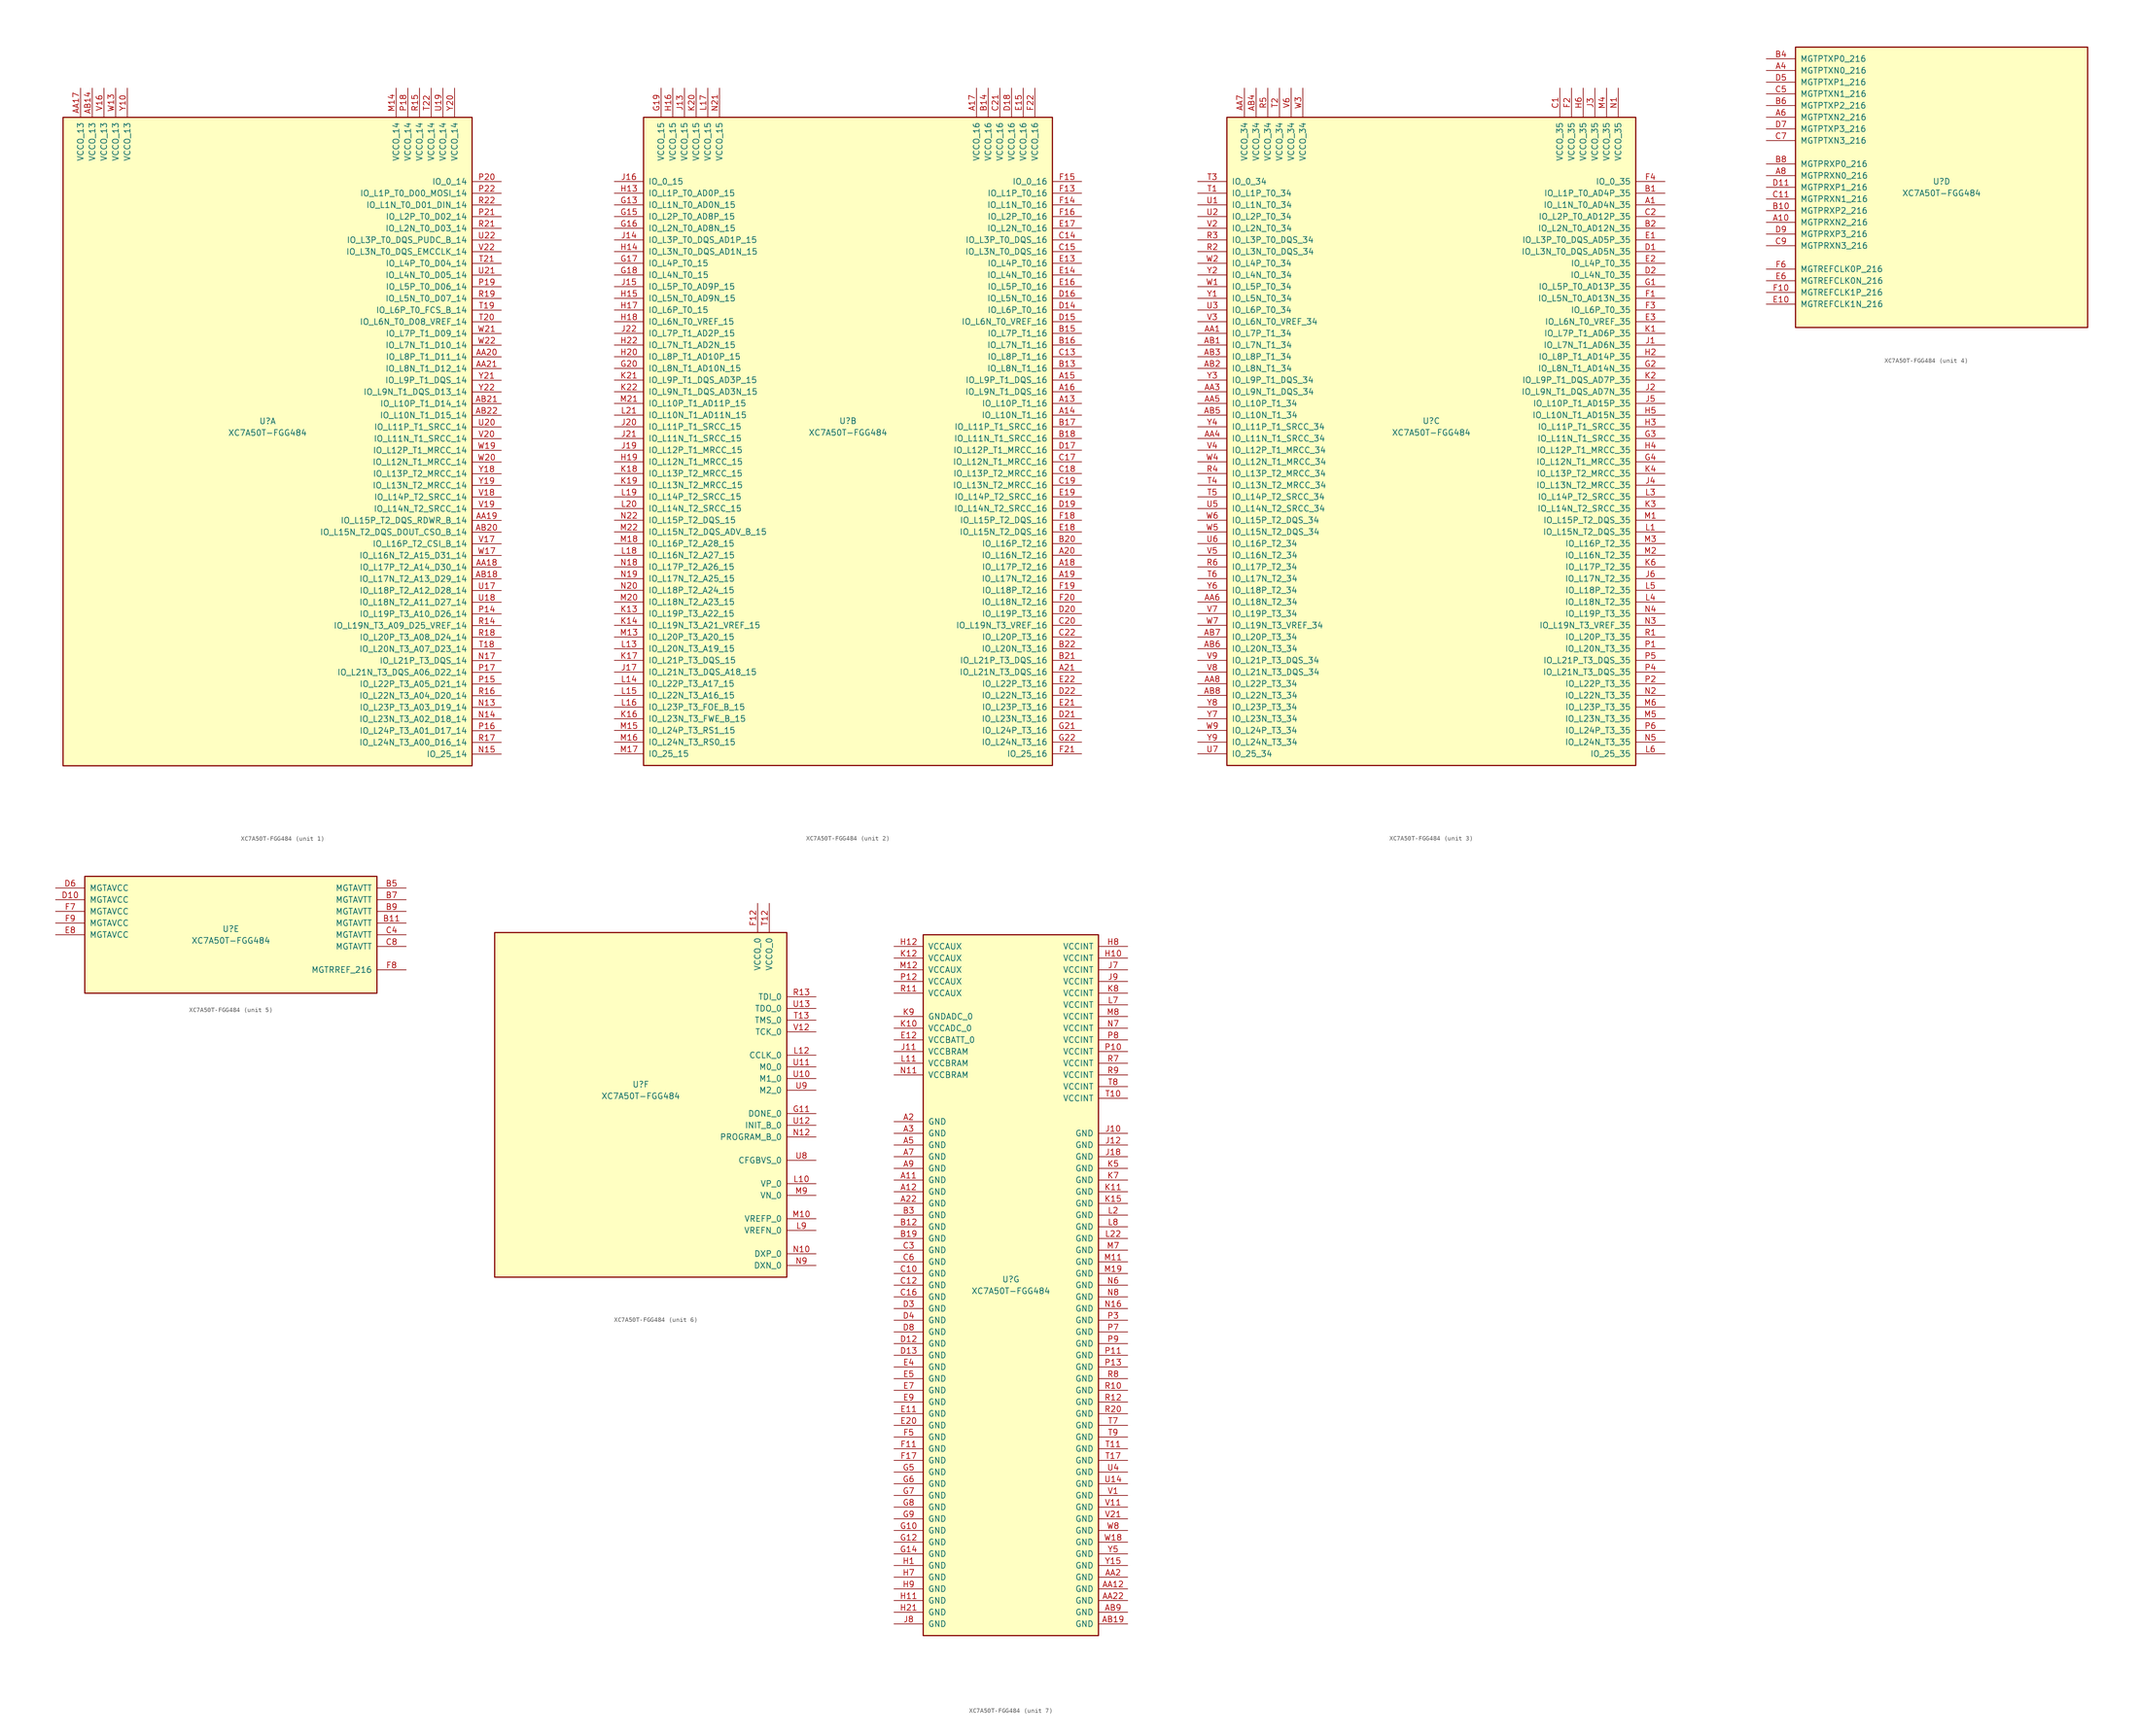
<source format=kicad_sym>
(kicad_symbol_lib
  (version 20211014)
  (generator kicad_symbol_editor)
  (symbol "XC7A50T-FGG484"
    (pin_names
      (offset 1.016))
    (property "Reference" "U"
      (at 0 1.27 0)
      (effects (font (size 1.27 1.27))))
    (property "Value" "XC7A50T-FGG484"
      (at 0 -1.27 0)
      (effects (font (size 1.27 1.27))))
    (property "Datasheet" ""
      (at 0 0 0)
      (effects (font (size 1.27 1.27))))
    (property "ki_locked" ""
      (at 0 0 0)
      (effects (font (size 1.27 1.27))))
    (symbol "XC7A50T-FGG484_1_1"
      (rectangle (start -44.45 67.31) (end 44.45 -73.66) (stroke (width 0.254) (type default) (color 0 0 0 0)) (fill (type background)))
      (pin power_in line (at -40.64 73.66 270) (length 6.35) (name "VCCO_13" (effects (font (size 1.27 1.27)))) (number "AA17" (effects (font (size 1.27 1.27)))))
      (pin bidirectional line (at 50.8 -30.48 180) (length 6.35) (name "IO_L17P_T2_A14_D30_14" (effects (font (size 1.27 1.27)))) (number "AA18" (effects (font (size 1.27 1.27)))))
      (pin bidirectional line (at 50.8 -20.32 180) (length 6.35) (name "IO_L15P_T2_DQS_RDWR_B_14" (effects (font (size 1.27 1.27)))) (number "AA19" (effects (font (size 1.27 1.27)))))
      (pin bidirectional line (at 50.8 15.24 180) (length 6.35) (name "IO_L8P_T1_D11_14" (effects (font (size 1.27 1.27)))) (number "AA20" (effects (font (size 1.27 1.27)))))
      (pin bidirectional line (at 50.8 12.7 180) (length 6.35) (name "IO_L8N_T1_D12_14" (effects (font (size 1.27 1.27)))) (number "AA21" (effects (font (size 1.27 1.27)))))
      (pin power_in line (at -38.1 73.66 270) (length 6.35) (name "VCCO_13" (effects (font (size 1.27 1.27)))) (number "AB14" (effects (font (size 1.27 1.27)))))
      (pin bidirectional line (at 50.8 -33.02 180) (length 6.35) (name "IO_L17N_T2_A13_D29_14" (effects (font (size 1.27 1.27)))) (number "AB18" (effects (font (size 1.27 1.27)))))
      (pin bidirectional line (at 50.8 -22.86 180) (length 6.35) (name "IO_L15N_T2_DQS_DOUT_CSO_B_14" (effects (font (size 1.27 1.27)))) (number "AB20" (effects (font (size 1.27 1.27)))))
      (pin bidirectional line (at 50.8 5.08 180) (length 6.35) (name "IO_L10P_T1_D14_14" (effects (font (size 1.27 1.27)))) (number "AB21" (effects (font (size 1.27 1.27)))))
      (pin bidirectional line (at 50.8 2.54 180) (length 6.35) (name "IO_L10N_T1_D15_14" (effects (font (size 1.27 1.27)))) (number "AB22" (effects (font (size 1.27 1.27)))))
      (pin power_in line (at 27.94 73.66 270) (length 6.35) (name "VCCO_14" (effects (font (size 1.27 1.27)))) (number "M14" (effects (font (size 1.27 1.27)))))
      (pin bidirectional line (at 50.8 -60.96 180) (length 6.35) (name "IO_L23P_T3_A03_D19_14" (effects (font (size 1.27 1.27)))) (number "N13" (effects (font (size 1.27 1.27)))))
      (pin bidirectional line (at 50.8 -63.5 180) (length 6.35) (name "IO_L23N_T3_A02_D18_14" (effects (font (size 1.27 1.27)))) (number "N14" (effects (font (size 1.27 1.27)))))
      (pin bidirectional line (at 50.8 -71.12 180) (length 6.35) (name "IO_25_14" (effects (font (size 1.27 1.27)))) (number "N15" (effects (font (size 1.27 1.27)))))
      (pin bidirectional line (at 50.8 -50.8 180) (length 6.35) (name "IO_L21P_T3_DQS_14" (effects (font (size 1.27 1.27)))) (number "N17" (effects (font (size 1.27 1.27)))))
      (pin bidirectional line (at 50.8 -40.64 180) (length 6.35) (name "IO_L19P_T3_A10_D26_14" (effects (font (size 1.27 1.27)))) (number "P14" (effects (font (size 1.27 1.27)))))
      (pin bidirectional line (at 50.8 -55.88 180) (length 6.35) (name "IO_L22P_T3_A05_D21_14" (effects (font (size 1.27 1.27)))) (number "P15" (effects (font (size 1.27 1.27)))))
      (pin bidirectional line (at 50.8 -66.04 180) (length 6.35) (name "IO_L24P_T3_A01_D17_14" (effects (font (size 1.27 1.27)))) (number "P16" (effects (font (size 1.27 1.27)))))
      (pin bidirectional line (at 50.8 -53.34 180) (length 6.35) (name "IO_L21N_T3_DQS_A06_D22_14" (effects (font (size 1.27 1.27)))) (number "P17" (effects (font (size 1.27 1.27)))))
      (pin power_in line (at 30.48 73.66 270) (length 6.35) (name "VCCO_14" (effects (font (size 1.27 1.27)))) (number "P18" (effects (font (size 1.27 1.27)))))
      (pin bidirectional line (at 50.8 30.48 180) (length 6.35) (name "IO_L5P_T0_D06_14" (effects (font (size 1.27 1.27)))) (number "P19" (effects (font (size 1.27 1.27)))))
      (pin bidirectional line (at 50.8 53.34 180) (length 6.35) (name "IO_0_14" (effects (font (size 1.27 1.27)))) (number "P20" (effects (font (size 1.27 1.27)))))
      (pin bidirectional line (at 50.8 45.72 180) (length 6.35) (name "IO_L2P_T0_D02_14" (effects (font (size 1.27 1.27)))) (number "P21" (effects (font (size 1.27 1.27)))))
      (pin bidirectional line (at 50.8 50.8 180) (length 6.35) (name "IO_L1P_T0_D00_MOSI_14" (effects (font (size 1.27 1.27)))) (number "P22" (effects (font (size 1.27 1.27)))))
      (pin bidirectional line (at 50.8 -43.18 180) (length 6.35) (name "IO_L19N_T3_A09_D25_VREF_14" (effects (font (size 1.27 1.27)))) (number "R14" (effects (font (size 1.27 1.27)))))
      (pin power_in line (at 33.02 73.66 270) (length 6.35) (name "VCCO_14" (effects (font (size 1.27 1.27)))) (number "R15" (effects (font (size 1.27 1.27)))))
      (pin bidirectional line (at 50.8 -58.42 180) (length 6.35) (name "IO_L22N_T3_A04_D20_14" (effects (font (size 1.27 1.27)))) (number "R16" (effects (font (size 1.27 1.27)))))
      (pin bidirectional line (at 50.8 -68.58 180) (length 6.35) (name "IO_L24N_T3_A00_D16_14" (effects (font (size 1.27 1.27)))) (number "R17" (effects (font (size 1.27 1.27)))))
      (pin bidirectional line (at 50.8 -45.72 180) (length 6.35) (name "IO_L20P_T3_A08_D24_14" (effects (font (size 1.27 1.27)))) (number "R18" (effects (font (size 1.27 1.27)))))
      (pin bidirectional line (at 50.8 27.94 180) (length 6.35) (name "IO_L5N_T0_D07_14" (effects (font (size 1.27 1.27)))) (number "R19" (effects (font (size 1.27 1.27)))))
      (pin bidirectional line (at 50.8 43.18 180) (length 6.35) (name "IO_L2N_T0_D03_14" (effects (font (size 1.27 1.27)))) (number "R21" (effects (font (size 1.27 1.27)))))
      (pin bidirectional line (at 50.8 48.26 180) (length 6.35) (name "IO_L1N_T0_D01_DIN_14" (effects (font (size 1.27 1.27)))) (number "R22" (effects (font (size 1.27 1.27)))))
      (pin bidirectional line (at 50.8 -48.26 180) (length 6.35) (name "IO_L20N_T3_A07_D23_14" (effects (font (size 1.27 1.27)))) (number "T18" (effects (font (size 1.27 1.27)))))
      (pin bidirectional line (at 50.8 25.4 180) (length 6.35) (name "IO_L6P_T0_FCS_B_14" (effects (font (size 1.27 1.27)))) (number "T19" (effects (font (size 1.27 1.27)))))
      (pin bidirectional line (at 50.8 22.86 180) (length 6.35) (name "IO_L6N_T0_D08_VREF_14" (effects (font (size 1.27 1.27)))) (number "T20" (effects (font (size 1.27 1.27)))))
      (pin bidirectional line (at 50.8 35.56 180) (length 6.35) (name "IO_L4P_T0_D04_14" (effects (font (size 1.27 1.27)))) (number "T21" (effects (font (size 1.27 1.27)))))
      (pin power_in line (at 35.56 73.66 270) (length 6.35) (name "VCCO_14" (effects (font (size 1.27 1.27)))) (number "T22" (effects (font (size 1.27 1.27)))))
      (pin bidirectional line (at 50.8 -35.56 180) (length 6.35) (name "IO_L18P_T2_A12_D28_14" (effects (font (size 1.27 1.27)))) (number "U17" (effects (font (size 1.27 1.27)))))
      (pin bidirectional line (at 50.8 -38.1 180) (length 6.35) (name "IO_L18N_T2_A11_D27_14" (effects (font (size 1.27 1.27)))) (number "U18" (effects (font (size 1.27 1.27)))))
      (pin power_in line (at 38.1 73.66 270) (length 6.35) (name "VCCO_14" (effects (font (size 1.27 1.27)))) (number "U19" (effects (font (size 1.27 1.27)))))
      (pin bidirectional line (at 50.8 0 180) (length 6.35) (name "IO_L11P_T1_SRCC_14" (effects (font (size 1.27 1.27)))) (number "U20" (effects (font (size 1.27 1.27)))))
      (pin bidirectional line (at 50.8 33.02 180) (length 6.35) (name "IO_L4N_T0_D05_14" (effects (font (size 1.27 1.27)))) (number "U21" (effects (font (size 1.27 1.27)))))
      (pin bidirectional line (at 50.8 40.64 180) (length 6.35) (name "IO_L3P_T0_DQS_PUDC_B_14" (effects (font (size 1.27 1.27)))) (number "U22" (effects (font (size 1.27 1.27)))))
      (pin power_in line (at -35.56 73.66 270) (length 6.35) (name "VCCO_13" (effects (font (size 1.27 1.27)))) (number "V16" (effects (font (size 1.27 1.27)))))
      (pin bidirectional line (at 50.8 -25.4 180) (length 6.35) (name "IO_L16P_T2_CSI_B_14" (effects (font (size 1.27 1.27)))) (number "V17" (effects (font (size 1.27 1.27)))))
      (pin bidirectional line (at 50.8 -15.24 180) (length 6.35) (name "IO_L14P_T2_SRCC_14" (effects (font (size 1.27 1.27)))) (number "V18" (effects (font (size 1.27 1.27)))))
      (pin bidirectional line (at 50.8 -17.78 180) (length 6.35) (name "IO_L14N_T2_SRCC_14" (effects (font (size 1.27 1.27)))) (number "V19" (effects (font (size 1.27 1.27)))))
      (pin bidirectional line (at 50.8 -2.54 180) (length 6.35) (name "IO_L11N_T1_SRCC_14" (effects (font (size 1.27 1.27)))) (number "V20" (effects (font (size 1.27 1.27)))))
      (pin bidirectional line (at 50.8 38.1 180) (length 6.35) (name "IO_L3N_T0_DQS_EMCCLK_14" (effects (font (size 1.27 1.27)))) (number "V22" (effects (font (size 1.27 1.27)))))
      (pin power_in line (at -33.02 73.66 270) (length 6.35) (name "VCCO_13" (effects (font (size 1.27 1.27)))) (number "W13" (effects (font (size 1.27 1.27)))))
      (pin bidirectional line (at 50.8 -27.94 180) (length 6.35) (name "IO_L16N_T2_A15_D31_14" (effects (font (size 1.27 1.27)))) (number "W17" (effects (font (size 1.27 1.27)))))
      (pin bidirectional line (at 50.8 -5.08 180) (length 6.35) (name "IO_L12P_T1_MRCC_14" (effects (font (size 1.27 1.27)))) (number "W19" (effects (font (size 1.27 1.27)))))
      (pin bidirectional line (at 50.8 -7.62 180) (length 6.35) (name "IO_L12N_T1_MRCC_14" (effects (font (size 1.27 1.27)))) (number "W20" (effects (font (size 1.27 1.27)))))
      (pin bidirectional line (at 50.8 20.32 180) (length 6.35) (name "IO_L7P_T1_D09_14" (effects (font (size 1.27 1.27)))) (number "W21" (effects (font (size 1.27 1.27)))))
      (pin bidirectional line (at 50.8 17.78 180) (length 6.35) (name "IO_L7N_T1_D10_14" (effects (font (size 1.27 1.27)))) (number "W22" (effects (font (size 1.27 1.27)))))
      (pin power_in line (at -30.48 73.66 270) (length 6.35) (name "VCCO_13" (effects (font (size 1.27 1.27)))) (number "Y10" (effects (font (size 1.27 1.27)))))
      (pin bidirectional line (at 50.8 -10.16 180) (length 6.35) (name "IO_L13P_T2_MRCC_14" (effects (font (size 1.27 1.27)))) (number "Y18" (effects (font (size 1.27 1.27)))))
      (pin bidirectional line (at 50.8 -12.7 180) (length 6.35) (name "IO_L13N_T2_MRCC_14" (effects (font (size 1.27 1.27)))) (number "Y19" (effects (font (size 1.27 1.27)))))
      (pin power_in line (at 40.64 73.66 270) (length 6.35) (name "VCCO_14" (effects (font (size 1.27 1.27)))) (number "Y20" (effects (font (size 1.27 1.27)))))
      (pin bidirectional line (at 50.8 10.16 180) (length 6.35) (name "IO_L9P_T1_DQS_14" (effects (font (size 1.27 1.27)))) (number "Y21" (effects (font (size 1.27 1.27)))))
      (pin bidirectional line (at 50.8 7.62 180) (length 6.35) (name "IO_L9N_T1_DQS_D13_14" (effects (font (size 1.27 1.27)))) (number "Y22" (effects (font (size 1.27 1.27))))))
    (symbol "XC7A50T-FGG484_2_1"
      (rectangle (start -44.45 67.31) (end 44.45 -73.66) (stroke (width 0.254) (type default) (color 0 0 0 0)) (fill (type background)))
      (pin bidirectional line (at 50.8 5.08 180) (length 6.35) (name "IO_L10P_T1_16" (effects (font (size 1.27 1.27)))) (number "A13" (effects (font (size 1.27 1.27)))))
      (pin bidirectional line (at 50.8 2.54 180) (length 6.35) (name "IO_L10N_T1_16" (effects (font (size 1.27 1.27)))) (number "A14" (effects (font (size 1.27 1.27)))))
      (pin bidirectional line (at 50.8 10.16 180) (length 6.35) (name "IO_L9P_T1_DQS_16" (effects (font (size 1.27 1.27)))) (number "A15" (effects (font (size 1.27 1.27)))))
      (pin bidirectional line (at 50.8 7.62 180) (length 6.35) (name "IO_L9N_T1_DQS_16" (effects (font (size 1.27 1.27)))) (number "A16" (effects (font (size 1.27 1.27)))))
      (pin power_in line (at 27.94 73.66 270) (length 6.35) (name "VCCO_16" (effects (font (size 1.27 1.27)))) (number "A17" (effects (font (size 1.27 1.27)))))
      (pin bidirectional line (at 50.8 -30.48 180) (length 6.35) (name "IO_L17P_T2_16" (effects (font (size 1.27 1.27)))) (number "A18" (effects (font (size 1.27 1.27)))))
      (pin bidirectional line (at 50.8 -33.02 180) (length 6.35) (name "IO_L17N_T2_16" (effects (font (size 1.27 1.27)))) (number "A19" (effects (font (size 1.27 1.27)))))
      (pin bidirectional line (at 50.8 -27.94 180) (length 6.35) (name "IO_L16N_T2_16" (effects (font (size 1.27 1.27)))) (number "A20" (effects (font (size 1.27 1.27)))))
      (pin bidirectional line (at 50.8 -53.34 180) (length 6.35) (name "IO_L21N_T3_DQS_16" (effects (font (size 1.27 1.27)))) (number "A21" (effects (font (size 1.27 1.27)))))
      (pin bidirectional line (at 50.8 12.7 180) (length 6.35) (name "IO_L8N_T1_16" (effects (font (size 1.27 1.27)))) (number "B13" (effects (font (size 1.27 1.27)))))
      (pin power_in line (at 30.48 73.66 270) (length 6.35) (name "VCCO_16" (effects (font (size 1.27 1.27)))) (number "B14" (effects (font (size 1.27 1.27)))))
      (pin bidirectional line (at 50.8 20.32 180) (length 6.35) (name "IO_L7P_T1_16" (effects (font (size 1.27 1.27)))) (number "B15" (effects (font (size 1.27 1.27)))))
      (pin bidirectional line (at 50.8 17.78 180) (length 6.35) (name "IO_L7N_T1_16" (effects (font (size 1.27 1.27)))) (number "B16" (effects (font (size 1.27 1.27)))))
      (pin bidirectional line (at 50.8 0 180) (length 6.35) (name "IO_L11P_T1_SRCC_16" (effects (font (size 1.27 1.27)))) (number "B17" (effects (font (size 1.27 1.27)))))
      (pin bidirectional line (at 50.8 -2.54 180) (length 6.35) (name "IO_L11N_T1_SRCC_16" (effects (font (size 1.27 1.27)))) (number "B18" (effects (font (size 1.27 1.27)))))
      (pin bidirectional line (at 50.8 -25.4 180) (length 6.35) (name "IO_L16P_T2_16" (effects (font (size 1.27 1.27)))) (number "B20" (effects (font (size 1.27 1.27)))))
      (pin bidirectional line (at 50.8 -50.8 180) (length 6.35) (name "IO_L21P_T3_DQS_16" (effects (font (size 1.27 1.27)))) (number "B21" (effects (font (size 1.27 1.27)))))
      (pin bidirectional line (at 50.8 -48.26 180) (length 6.35) (name "IO_L20N_T3_16" (effects (font (size 1.27 1.27)))) (number "B22" (effects (font (size 1.27 1.27)))))
      (pin bidirectional line (at 50.8 15.24 180) (length 6.35) (name "IO_L8P_T1_16" (effects (font (size 1.27 1.27)))) (number "C13" (effects (font (size 1.27 1.27)))))
      (pin bidirectional line (at 50.8 40.64 180) (length 6.35) (name "IO_L3P_T0_DQS_16" (effects (font (size 1.27 1.27)))) (number "C14" (effects (font (size 1.27 1.27)))))
      (pin bidirectional line (at 50.8 38.1 180) (length 6.35) (name "IO_L3N_T0_DQS_16" (effects (font (size 1.27 1.27)))) (number "C15" (effects (font (size 1.27 1.27)))))
      (pin bidirectional line (at 50.8 -7.62 180) (length 6.35) (name "IO_L12N_T1_MRCC_16" (effects (font (size 1.27 1.27)))) (number "C17" (effects (font (size 1.27 1.27)))))
      (pin bidirectional line (at 50.8 -10.16 180) (length 6.35) (name "IO_L13P_T2_MRCC_16" (effects (font (size 1.27 1.27)))) (number "C18" (effects (font (size 1.27 1.27)))))
      (pin bidirectional line (at 50.8 -12.7 180) (length 6.35) (name "IO_L13N_T2_MRCC_16" (effects (font (size 1.27 1.27)))) (number "C19" (effects (font (size 1.27 1.27)))))
      (pin bidirectional line (at 50.8 -43.18 180) (length 6.35) (name "IO_L19N_T3_VREF_16" (effects (font (size 1.27 1.27)))) (number "C20" (effects (font (size 1.27 1.27)))))
      (pin power_in line (at 33.02 73.66 270) (length 6.35) (name "VCCO_16" (effects (font (size 1.27 1.27)))) (number "C21" (effects (font (size 1.27 1.27)))))
      (pin bidirectional line (at 50.8 -45.72 180) (length 6.35) (name "IO_L20P_T3_16" (effects (font (size 1.27 1.27)))) (number "C22" (effects (font (size 1.27 1.27)))))
      (pin bidirectional line (at 50.8 25.4 180) (length 6.35) (name "IO_L6P_T0_16" (effects (font (size 1.27 1.27)))) (number "D14" (effects (font (size 1.27 1.27)))))
      (pin bidirectional line (at 50.8 22.86 180) (length 6.35) (name "IO_L6N_T0_VREF_16" (effects (font (size 1.27 1.27)))) (number "D15" (effects (font (size 1.27 1.27)))))
      (pin bidirectional line (at 50.8 27.94 180) (length 6.35) (name "IO_L5N_T0_16" (effects (font (size 1.27 1.27)))) (number "D16" (effects (font (size 1.27 1.27)))))
      (pin bidirectional line (at 50.8 -5.08 180) (length 6.35) (name "IO_L12P_T1_MRCC_16" (effects (font (size 1.27 1.27)))) (number "D17" (effects (font (size 1.27 1.27)))))
      (pin power_in line (at 35.56 73.66 270) (length 6.35) (name "VCCO_16" (effects (font (size 1.27 1.27)))) (number "D18" (effects (font (size 1.27 1.27)))))
      (pin bidirectional line (at 50.8 -17.78 180) (length 6.35) (name "IO_L14N_T2_SRCC_16" (effects (font (size 1.27 1.27)))) (number "D19" (effects (font (size 1.27 1.27)))))
      (pin bidirectional line (at 50.8 -40.64 180) (length 6.35) (name "IO_L19P_T3_16" (effects (font (size 1.27 1.27)))) (number "D20" (effects (font (size 1.27 1.27)))))
      (pin bidirectional line (at 50.8 -63.5 180) (length 6.35) (name "IO_L23N_T3_16" (effects (font (size 1.27 1.27)))) (number "D21" (effects (font (size 1.27 1.27)))))
      (pin bidirectional line (at 50.8 -58.42 180) (length 6.35) (name "IO_L22N_T3_16" (effects (font (size 1.27 1.27)))) (number "D22" (effects (font (size 1.27 1.27)))))
      (pin bidirectional line (at 50.8 35.56 180) (length 6.35) (name "IO_L4P_T0_16" (effects (font (size 1.27 1.27)))) (number "E13" (effects (font (size 1.27 1.27)))))
      (pin bidirectional line (at 50.8 33.02 180) (length 6.35) (name "IO_L4N_T0_16" (effects (font (size 1.27 1.27)))) (number "E14" (effects (font (size 1.27 1.27)))))
      (pin power_in line (at 38.1 73.66 270) (length 6.35) (name "VCCO_16" (effects (font (size 1.27 1.27)))) (number "E15" (effects (font (size 1.27 1.27)))))
      (pin bidirectional line (at 50.8 30.48 180) (length 6.35) (name "IO_L5P_T0_16" (effects (font (size 1.27 1.27)))) (number "E16" (effects (font (size 1.27 1.27)))))
      (pin bidirectional line (at 50.8 43.18 180) (length 6.35) (name "IO_L2N_T0_16" (effects (font (size 1.27 1.27)))) (number "E17" (effects (font (size 1.27 1.27)))))
      (pin bidirectional line (at 50.8 -22.86 180) (length 6.35) (name "IO_L15N_T2_DQS_16" (effects (font (size 1.27 1.27)))) (number "E18" (effects (font (size 1.27 1.27)))))
      (pin bidirectional line (at 50.8 -15.24 180) (length 6.35) (name "IO_L14P_T2_SRCC_16" (effects (font (size 1.27 1.27)))) (number "E19" (effects (font (size 1.27 1.27)))))
      (pin bidirectional line (at 50.8 -60.96 180) (length 6.35) (name "IO_L23P_T3_16" (effects (font (size 1.27 1.27)))) (number "E21" (effects (font (size 1.27 1.27)))))
      (pin bidirectional line (at 50.8 -55.88 180) (length 6.35) (name "IO_L22P_T3_16" (effects (font (size 1.27 1.27)))) (number "E22" (effects (font (size 1.27 1.27)))))
      (pin bidirectional line (at 50.8 50.8 180) (length 6.35) (name "IO_L1P_T0_16" (effects (font (size 1.27 1.27)))) (number "F13" (effects (font (size 1.27 1.27)))))
      (pin bidirectional line (at 50.8 48.26 180) (length 6.35) (name "IO_L1N_T0_16" (effects (font (size 1.27 1.27)))) (number "F14" (effects (font (size 1.27 1.27)))))
      (pin bidirectional line (at 50.8 53.34 180) (length 6.35) (name "IO_0_16" (effects (font (size 1.27 1.27)))) (number "F15" (effects (font (size 1.27 1.27)))))
      (pin bidirectional line (at 50.8 45.72 180) (length 6.35) (name "IO_L2P_T0_16" (effects (font (size 1.27 1.27)))) (number "F16" (effects (font (size 1.27 1.27)))))
      (pin bidirectional line (at 50.8 -20.32 180) (length 6.35) (name "IO_L15P_T2_DQS_16" (effects (font (size 1.27 1.27)))) (number "F18" (effects (font (size 1.27 1.27)))))
      (pin bidirectional line (at 50.8 -35.56 180) (length 6.35) (name "IO_L18P_T2_16" (effects (font (size 1.27 1.27)))) (number "F19" (effects (font (size 1.27 1.27)))))
      (pin bidirectional line (at 50.8 -38.1 180) (length 6.35) (name "IO_L18N_T2_16" (effects (font (size 1.27 1.27)))) (number "F20" (effects (font (size 1.27 1.27)))))
      (pin bidirectional line (at 50.8 -71.12 180) (length 6.35) (name "IO_25_16" (effects (font (size 1.27 1.27)))) (number "F21" (effects (font (size 1.27 1.27)))))
      (pin power_in line (at 40.64 73.66 270) (length 6.35) (name "VCCO_16" (effects (font (size 1.27 1.27)))) (number "F22" (effects (font (size 1.27 1.27)))))
      (pin bidirectional line (at -50.8 48.26 0) (length 6.35) (name "IO_L1N_T0_AD0N_15" (effects (font (size 1.27 1.27)))) (number "G13" (effects (font (size 1.27 1.27)))))
      (pin bidirectional line (at -50.8 45.72 0) (length 6.35) (name "IO_L2P_T0_AD8P_15" (effects (font (size 1.27 1.27)))) (number "G15" (effects (font (size 1.27 1.27)))))
      (pin bidirectional line (at -50.8 43.18 0) (length 6.35) (name "IO_L2N_T0_AD8N_15" (effects (font (size 1.27 1.27)))) (number "G16" (effects (font (size 1.27 1.27)))))
      (pin bidirectional line (at -50.8 35.56 0) (length 6.35) (name "IO_L4P_T0_15" (effects (font (size 1.27 1.27)))) (number "G17" (effects (font (size 1.27 1.27)))))
      (pin bidirectional line (at -50.8 33.02 0) (length 6.35) (name "IO_L4N_T0_15" (effects (font (size 1.27 1.27)))) (number "G18" (effects (font (size 1.27 1.27)))))
      (pin power_in line (at -40.64 73.66 270) (length 6.35) (name "VCCO_15" (effects (font (size 1.27 1.27)))) (number "G19" (effects (font (size 1.27 1.27)))))
      (pin bidirectional line (at -50.8 12.7 0) (length 6.35) (name "IO_L8N_T1_AD10N_15" (effects (font (size 1.27 1.27)))) (number "G20" (effects (font (size 1.27 1.27)))))
      (pin bidirectional line (at 50.8 -66.04 180) (length 6.35) (name "IO_L24P_T3_16" (effects (font (size 1.27 1.27)))) (number "G21" (effects (font (size 1.27 1.27)))))
      (pin bidirectional line (at 50.8 -68.58 180) (length 6.35) (name "IO_L24N_T3_16" (effects (font (size 1.27 1.27)))) (number "G22" (effects (font (size 1.27 1.27)))))
      (pin bidirectional line (at -50.8 50.8 0) (length 6.35) (name "IO_L1P_T0_AD0P_15" (effects (font (size 1.27 1.27)))) (number "H13" (effects (font (size 1.27 1.27)))))
      (pin bidirectional line (at -50.8 38.1 0) (length 6.35) (name "IO_L3N_T0_DQS_AD1N_15" (effects (font (size 1.27 1.27)))) (number "H14" (effects (font (size 1.27 1.27)))))
      (pin bidirectional line (at -50.8 27.94 0) (length 6.35) (name "IO_L5N_T0_AD9N_15" (effects (font (size 1.27 1.27)))) (number "H15" (effects (font (size 1.27 1.27)))))
      (pin power_in line (at -38.1 73.66 270) (length 6.35) (name "VCCO_15" (effects (font (size 1.27 1.27)))) (number "H16" (effects (font (size 1.27 1.27)))))
      (pin bidirectional line (at -50.8 25.4 0) (length 6.35) (name "IO_L6P_T0_15" (effects (font (size 1.27 1.27)))) (number "H17" (effects (font (size 1.27 1.27)))))
      (pin bidirectional line (at -50.8 22.86 0) (length 6.35) (name "IO_L6N_T0_VREF_15" (effects (font (size 1.27 1.27)))) (number "H18" (effects (font (size 1.27 1.27)))))
      (pin bidirectional line (at -50.8 -7.62 0) (length 6.35) (name "IO_L12N_T1_MRCC_15" (effects (font (size 1.27 1.27)))) (number "H19" (effects (font (size 1.27 1.27)))))
      (pin bidirectional line (at -50.8 15.24 0) (length 6.35) (name "IO_L8P_T1_AD10P_15" (effects (font (size 1.27 1.27)))) (number "H20" (effects (font (size 1.27 1.27)))))
      (pin bidirectional line (at -50.8 17.78 0) (length 6.35) (name "IO_L7N_T1_AD2N_15" (effects (font (size 1.27 1.27)))) (number "H22" (effects (font (size 1.27 1.27)))))
      (pin power_in line (at -35.56 73.66 270) (length 6.35) (name "VCCO_15" (effects (font (size 1.27 1.27)))) (number "J13" (effects (font (size 1.27 1.27)))))
      (pin bidirectional line (at -50.8 40.64 0) (length 6.35) (name "IO_L3P_T0_DQS_AD1P_15" (effects (font (size 1.27 1.27)))) (number "J14" (effects (font (size 1.27 1.27)))))
      (pin bidirectional line (at -50.8 30.48 0) (length 6.35) (name "IO_L5P_T0_AD9P_15" (effects (font (size 1.27 1.27)))) (number "J15" (effects (font (size 1.27 1.27)))))
      (pin bidirectional line (at -50.8 53.34 0) (length 6.35) (name "IO_0_15" (effects (font (size 1.27 1.27)))) (number "J16" (effects (font (size 1.27 1.27)))))
      (pin bidirectional line (at -50.8 -53.34 0) (length 6.35) (name "IO_L21N_T3_DQS_A18_15" (effects (font (size 1.27 1.27)))) (number "J17" (effects (font (size 1.27 1.27)))))
      (pin bidirectional line (at -50.8 -5.08 0) (length 6.35) (name "IO_L12P_T1_MRCC_15" (effects (font (size 1.27 1.27)))) (number "J19" (effects (font (size 1.27 1.27)))))
      (pin bidirectional line (at -50.8 0 0) (length 6.35) (name "IO_L11P_T1_SRCC_15" (effects (font (size 1.27 1.27)))) (number "J20" (effects (font (size 1.27 1.27)))))
      (pin bidirectional line (at -50.8 -2.54 0) (length 6.35) (name "IO_L11N_T1_SRCC_15" (effects (font (size 1.27 1.27)))) (number "J21" (effects (font (size 1.27 1.27)))))
      (pin bidirectional line (at -50.8 20.32 0) (length 6.35) (name "IO_L7P_T1_AD2P_15" (effects (font (size 1.27 1.27)))) (number "J22" (effects (font (size 1.27 1.27)))))
      (pin bidirectional line (at -50.8 -40.64 0) (length 6.35) (name "IO_L19P_T3_A22_15" (effects (font (size 1.27 1.27)))) (number "K13" (effects (font (size 1.27 1.27)))))
      (pin bidirectional line (at -50.8 -43.18 0) (length 6.35) (name "IO_L19N_T3_A21_VREF_15" (effects (font (size 1.27 1.27)))) (number "K14" (effects (font (size 1.27 1.27)))))
      (pin bidirectional line (at -50.8 -63.5 0) (length 6.35) (name "IO_L23N_T3_FWE_B_15" (effects (font (size 1.27 1.27)))) (number "K16" (effects (font (size 1.27 1.27)))))
      (pin bidirectional line (at -50.8 -50.8 0) (length 6.35) (name "IO_L21P_T3_DQS_15" (effects (font (size 1.27 1.27)))) (number "K17" (effects (font (size 1.27 1.27)))))
      (pin bidirectional line (at -50.8 -10.16 0) (length 6.35) (name "IO_L13P_T2_MRCC_15" (effects (font (size 1.27 1.27)))) (number "K18" (effects (font (size 1.27 1.27)))))
      (pin bidirectional line (at -50.8 -12.7 0) (length 6.35) (name "IO_L13N_T2_MRCC_15" (effects (font (size 1.27 1.27)))) (number "K19" (effects (font (size 1.27 1.27)))))
      (pin power_in line (at -33.02 73.66 270) (length 6.35) (name "VCCO_15" (effects (font (size 1.27 1.27)))) (number "K20" (effects (font (size 1.27 1.27)))))
      (pin bidirectional line (at -50.8 10.16 0) (length 6.35) (name "IO_L9P_T1_DQS_AD3P_15" (effects (font (size 1.27 1.27)))) (number "K21" (effects (font (size 1.27 1.27)))))
      (pin bidirectional line (at -50.8 7.62 0) (length 6.35) (name "IO_L9N_T1_DQS_AD3N_15" (effects (font (size 1.27 1.27)))) (number "K22" (effects (font (size 1.27 1.27)))))
      (pin bidirectional line (at -50.8 -48.26 0) (length 6.35) (name "IO_L20N_T3_A19_15" (effects (font (size 1.27 1.27)))) (number "L13" (effects (font (size 1.27 1.27)))))
      (pin bidirectional line (at -50.8 -55.88 0) (length 6.35) (name "IO_L22P_T3_A17_15" (effects (font (size 1.27 1.27)))) (number "L14" (effects (font (size 1.27 1.27)))))
      (pin bidirectional line (at -50.8 -58.42 0) (length 6.35) (name "IO_L22N_T3_A16_15" (effects (font (size 1.27 1.27)))) (number "L15" (effects (font (size 1.27 1.27)))))
      (pin bidirectional line (at -50.8 -60.96 0) (length 6.35) (name "IO_L23P_T3_FOE_B_15" (effects (font (size 1.27 1.27)))) (number "L16" (effects (font (size 1.27 1.27)))))
      (pin power_in line (at -30.48 73.66 270) (length 6.35) (name "VCCO_15" (effects (font (size 1.27 1.27)))) (number "L17" (effects (font (size 1.27 1.27)))))
      (pin bidirectional line (at -50.8 -27.94 0) (length 6.35) (name "IO_L16N_T2_A27_15" (effects (font (size 1.27 1.27)))) (number "L18" (effects (font (size 1.27 1.27)))))
      (pin bidirectional line (at -50.8 -15.24 0) (length 6.35) (name "IO_L14P_T2_SRCC_15" (effects (font (size 1.27 1.27)))) (number "L19" (effects (font (size 1.27 1.27)))))
      (pin bidirectional line (at -50.8 -17.78 0) (length 6.35) (name "IO_L14N_T2_SRCC_15" (effects (font (size 1.27 1.27)))) (number "L20" (effects (font (size 1.27 1.27)))))
      (pin bidirectional line (at -50.8 2.54 0) (length 6.35) (name "IO_L10N_T1_AD11N_15" (effects (font (size 1.27 1.27)))) (number "L21" (effects (font (size 1.27 1.27)))))
      (pin bidirectional line (at -50.8 -45.72 0) (length 6.35) (name "IO_L20P_T3_A20_15" (effects (font (size 1.27 1.27)))) (number "M13" (effects (font (size 1.27 1.27)))))
      (pin bidirectional line (at -50.8 -66.04 0) (length 6.35) (name "IO_L24P_T3_RS1_15" (effects (font (size 1.27 1.27)))) (number "M15" (effects (font (size 1.27 1.27)))))
      (pin bidirectional line (at -50.8 -68.58 0) (length 6.35) (name "IO_L24N_T3_RS0_15" (effects (font (size 1.27 1.27)))) (number "M16" (effects (font (size 1.27 1.27)))))
      (pin bidirectional line (at -50.8 -71.12 0) (length 6.35) (name "IO_25_15" (effects (font (size 1.27 1.27)))) (number "M17" (effects (font (size 1.27 1.27)))))
      (pin bidirectional line (at -50.8 -25.4 0) (length 6.35) (name "IO_L16P_T2_A28_15" (effects (font (size 1.27 1.27)))) (number "M18" (effects (font (size 1.27 1.27)))))
      (pin bidirectional line (at -50.8 -38.1 0) (length 6.35) (name "IO_L18N_T2_A23_15" (effects (font (size 1.27 1.27)))) (number "M20" (effects (font (size 1.27 1.27)))))
      (pin bidirectional line (at -50.8 5.08 0) (length 6.35) (name "IO_L10P_T1_AD11P_15" (effects (font (size 1.27 1.27)))) (number "M21" (effects (font (size 1.27 1.27)))))
      (pin bidirectional line (at -50.8 -22.86 0) (length 6.35) (name "IO_L15N_T2_DQS_ADV_B_15" (effects (font (size 1.27 1.27)))) (number "M22" (effects (font (size 1.27 1.27)))))
      (pin bidirectional line (at -50.8 -30.48 0) (length 6.35) (name "IO_L17P_T2_A26_15" (effects (font (size 1.27 1.27)))) (number "N18" (effects (font (size 1.27 1.27)))))
      (pin bidirectional line (at -50.8 -33.02 0) (length 6.35) (name "IO_L17N_T2_A25_15" (effects (font (size 1.27 1.27)))) (number "N19" (effects (font (size 1.27 1.27)))))
      (pin bidirectional line (at -50.8 -35.56 0) (length 6.35) (name "IO_L18P_T2_A24_15" (effects (font (size 1.27 1.27)))) (number "N20" (effects (font (size 1.27 1.27)))))
      (pin power_in line (at -27.94 73.66 270) (length 6.35) (name "VCCO_15" (effects (font (size 1.27 1.27)))) (number "N21" (effects (font (size 1.27 1.27)))))
      (pin bidirectional line (at -50.8 -20.32 0) (length 6.35) (name "IO_L15P_T2_DQS_15" (effects (font (size 1.27 1.27)))) (number "N22" (effects (font (size 1.27 1.27))))))
    (symbol "XC7A50T-FGG484_3_1"
      (rectangle (start -44.45 67.31) (end 44.45 -73.66) (stroke (width 0.254) (type default) (color 0 0 0 0)) (fill (type background)))
      (pin bidirectional line (at 50.8 48.26 180) (length 6.35) (name "IO_L1N_T0_AD4N_35" (effects (font (size 1.27 1.27)))) (number "A1" (effects (font (size 1.27 1.27)))))
      (pin bidirectional line (at -50.8 20.32 0) (length 6.35) (name "IO_L7P_T1_34" (effects (font (size 1.27 1.27)))) (number "AA1" (effects (font (size 1.27 1.27)))))
      (pin bidirectional line (at -50.8 7.62 0) (length 6.35) (name "IO_L9N_T1_DQS_34" (effects (font (size 1.27 1.27)))) (number "AA3" (effects (font (size 1.27 1.27)))))
      (pin bidirectional line (at -50.8 -2.54 0) (length 6.35) (name "IO_L11N_T1_SRCC_34" (effects (font (size 1.27 1.27)))) (number "AA4" (effects (font (size 1.27 1.27)))))
      (pin bidirectional line (at -50.8 5.08 0) (length 6.35) (name "IO_L10P_T1_34" (effects (font (size 1.27 1.27)))) (number "AA5" (effects (font (size 1.27 1.27)))))
      (pin bidirectional line (at -50.8 -38.1 0) (length 6.35) (name "IO_L18N_T2_34" (effects (font (size 1.27 1.27)))) (number "AA6" (effects (font (size 1.27 1.27)))))
      (pin power_in line (at -40.64 73.66 270) (length 6.35) (name "VCCO_34" (effects (font (size 1.27 1.27)))) (number "AA7" (effects (font (size 1.27 1.27)))))
      (pin bidirectional line (at -50.8 -55.88 0) (length 6.35) (name "IO_L22P_T3_34" (effects (font (size 1.27 1.27)))) (number "AA8" (effects (font (size 1.27 1.27)))))
      (pin bidirectional line (at -50.8 17.78 0) (length 6.35) (name "IO_L7N_T1_34" (effects (font (size 1.27 1.27)))) (number "AB1" (effects (font (size 1.27 1.27)))))
      (pin bidirectional line (at -50.8 12.7 0) (length 6.35) (name "IO_L8N_T1_34" (effects (font (size 1.27 1.27)))) (number "AB2" (effects (font (size 1.27 1.27)))))
      (pin bidirectional line (at -50.8 15.24 0) (length 6.35) (name "IO_L8P_T1_34" (effects (font (size 1.27 1.27)))) (number "AB3" (effects (font (size 1.27 1.27)))))
      (pin power_in line (at -38.1 73.66 270) (length 6.35) (name "VCCO_34" (effects (font (size 1.27 1.27)))) (number "AB4" (effects (font (size 1.27 1.27)))))
      (pin bidirectional line (at -50.8 2.54 0) (length 6.35) (name "IO_L10N_T1_34" (effects (font (size 1.27 1.27)))) (number "AB5" (effects (font (size 1.27 1.27)))))
      (pin bidirectional line (at -50.8 -48.26 0) (length 6.35) (name "IO_L20N_T3_34" (effects (font (size 1.27 1.27)))) (number "AB6" (effects (font (size 1.27 1.27)))))
      (pin bidirectional line (at -50.8 -45.72 0) (length 6.35) (name "IO_L20P_T3_34" (effects (font (size 1.27 1.27)))) (number "AB7" (effects (font (size 1.27 1.27)))))
      (pin bidirectional line (at -50.8 -58.42 0) (length 6.35) (name "IO_L22N_T3_34" (effects (font (size 1.27 1.27)))) (number "AB8" (effects (font (size 1.27 1.27)))))
      (pin bidirectional line (at 50.8 50.8 180) (length 6.35) (name "IO_L1P_T0_AD4P_35" (effects (font (size 1.27 1.27)))) (number "B1" (effects (font (size 1.27 1.27)))))
      (pin bidirectional line (at 50.8 43.18 180) (length 6.35) (name "IO_L2N_T0_AD12N_35" (effects (font (size 1.27 1.27)))) (number "B2" (effects (font (size 1.27 1.27)))))
      (pin power_in line (at 27.94 73.66 270) (length 6.35) (name "VCCO_35" (effects (font (size 1.27 1.27)))) (number "C1" (effects (font (size 1.27 1.27)))))
      (pin bidirectional line (at 50.8 45.72 180) (length 6.35) (name "IO_L2P_T0_AD12P_35" (effects (font (size 1.27 1.27)))) (number "C2" (effects (font (size 1.27 1.27)))))
      (pin bidirectional line (at 50.8 38.1 180) (length 6.35) (name "IO_L3N_T0_DQS_AD5N_35" (effects (font (size 1.27 1.27)))) (number "D1" (effects (font (size 1.27 1.27)))))
      (pin bidirectional line (at 50.8 33.02 180) (length 6.35) (name "IO_L4N_T0_35" (effects (font (size 1.27 1.27)))) (number "D2" (effects (font (size 1.27 1.27)))))
      (pin bidirectional line (at 50.8 40.64 180) (length 6.35) (name "IO_L3P_T0_DQS_AD5P_35" (effects (font (size 1.27 1.27)))) (number "E1" (effects (font (size 1.27 1.27)))))
      (pin bidirectional line (at 50.8 35.56 180) (length 6.35) (name "IO_L4P_T0_35" (effects (font (size 1.27 1.27)))) (number "E2" (effects (font (size 1.27 1.27)))))
      (pin bidirectional line (at 50.8 22.86 180) (length 6.35) (name "IO_L6N_T0_VREF_35" (effects (font (size 1.27 1.27)))) (number "E3" (effects (font (size 1.27 1.27)))))
      (pin bidirectional line (at 50.8 27.94 180) (length 6.35) (name "IO_L5N_T0_AD13N_35" (effects (font (size 1.27 1.27)))) (number "F1" (effects (font (size 1.27 1.27)))))
      (pin power_in line (at 30.48 73.66 270) (length 6.35) (name "VCCO_35" (effects (font (size 1.27 1.27)))) (number "F2" (effects (font (size 1.27 1.27)))))
      (pin bidirectional line (at 50.8 25.4 180) (length 6.35) (name "IO_L6P_T0_35" (effects (font (size 1.27 1.27)))) (number "F3" (effects (font (size 1.27 1.27)))))
      (pin bidirectional line (at 50.8 53.34 180) (length 6.35) (name "IO_0_35" (effects (font (size 1.27 1.27)))) (number "F4" (effects (font (size 1.27 1.27)))))
      (pin bidirectional line (at 50.8 30.48 180) (length 6.35) (name "IO_L5P_T0_AD13P_35" (effects (font (size 1.27 1.27)))) (number "G1" (effects (font (size 1.27 1.27)))))
      (pin bidirectional line (at 50.8 12.7 180) (length 6.35) (name "IO_L8N_T1_AD14N_35" (effects (font (size 1.27 1.27)))) (number "G2" (effects (font (size 1.27 1.27)))))
      (pin bidirectional line (at 50.8 -2.54 180) (length 6.35) (name "IO_L11N_T1_SRCC_35" (effects (font (size 1.27 1.27)))) (number "G3" (effects (font (size 1.27 1.27)))))
      (pin bidirectional line (at 50.8 -7.62 180) (length 6.35) (name "IO_L12N_T1_MRCC_35" (effects (font (size 1.27 1.27)))) (number "G4" (effects (font (size 1.27 1.27)))))
      (pin bidirectional line (at 50.8 15.24 180) (length 6.35) (name "IO_L8P_T1_AD14P_35" (effects (font (size 1.27 1.27)))) (number "H2" (effects (font (size 1.27 1.27)))))
      (pin bidirectional line (at 50.8 0 180) (length 6.35) (name "IO_L11P_T1_SRCC_35" (effects (font (size 1.27 1.27)))) (number "H3" (effects (font (size 1.27 1.27)))))
      (pin bidirectional line (at 50.8 -5.08 180) (length 6.35) (name "IO_L12P_T1_MRCC_35" (effects (font (size 1.27 1.27)))) (number "H4" (effects (font (size 1.27 1.27)))))
      (pin bidirectional line (at 50.8 2.54 180) (length 6.35) (name "IO_L10N_T1_AD15N_35" (effects (font (size 1.27 1.27)))) (number "H5" (effects (font (size 1.27 1.27)))))
      (pin power_in line (at 33.02 73.66 270) (length 6.35) (name "VCCO_35" (effects (font (size 1.27 1.27)))) (number "H6" (effects (font (size 1.27 1.27)))))
      (pin bidirectional line (at 50.8 17.78 180) (length 6.35) (name "IO_L7N_T1_AD6N_35" (effects (font (size 1.27 1.27)))) (number "J1" (effects (font (size 1.27 1.27)))))
      (pin bidirectional line (at 50.8 7.62 180) (length 6.35) (name "IO_L9N_T1_DQS_AD7N_35" (effects (font (size 1.27 1.27)))) (number "J2" (effects (font (size 1.27 1.27)))))
      (pin power_in line (at 35.56 73.66 270) (length 6.35) (name "VCCO_35" (effects (font (size 1.27 1.27)))) (number "J3" (effects (font (size 1.27 1.27)))))
      (pin bidirectional line (at 50.8 -12.7 180) (length 6.35) (name "IO_L13N_T2_MRCC_35" (effects (font (size 1.27 1.27)))) (number "J4" (effects (font (size 1.27 1.27)))))
      (pin bidirectional line (at 50.8 5.08 180) (length 6.35) (name "IO_L10P_T1_AD15P_35" (effects (font (size 1.27 1.27)))) (number "J5" (effects (font (size 1.27 1.27)))))
      (pin bidirectional line (at 50.8 -33.02 180) (length 6.35) (name "IO_L17N_T2_35" (effects (font (size 1.27 1.27)))) (number "J6" (effects (font (size 1.27 1.27)))))
      (pin bidirectional line (at 50.8 20.32 180) (length 6.35) (name "IO_L7P_T1_AD6P_35" (effects (font (size 1.27 1.27)))) (number "K1" (effects (font (size 1.27 1.27)))))
      (pin bidirectional line (at 50.8 10.16 180) (length 6.35) (name "IO_L9P_T1_DQS_AD7P_35" (effects (font (size 1.27 1.27)))) (number "K2" (effects (font (size 1.27 1.27)))))
      (pin bidirectional line (at 50.8 -17.78 180) (length 6.35) (name "IO_L14N_T2_SRCC_35" (effects (font (size 1.27 1.27)))) (number "K3" (effects (font (size 1.27 1.27)))))
      (pin bidirectional line (at 50.8 -10.16 180) (length 6.35) (name "IO_L13P_T2_MRCC_35" (effects (font (size 1.27 1.27)))) (number "K4" (effects (font (size 1.27 1.27)))))
      (pin bidirectional line (at 50.8 -30.48 180) (length 6.35) (name "IO_L17P_T2_35" (effects (font (size 1.27 1.27)))) (number "K6" (effects (font (size 1.27 1.27)))))
      (pin bidirectional line (at 50.8 -22.86 180) (length 6.35) (name "IO_L15N_T2_DQS_35" (effects (font (size 1.27 1.27)))) (number "L1" (effects (font (size 1.27 1.27)))))
      (pin bidirectional line (at 50.8 -15.24 180) (length 6.35) (name "IO_L14P_T2_SRCC_35" (effects (font (size 1.27 1.27)))) (number "L3" (effects (font (size 1.27 1.27)))))
      (pin bidirectional line (at 50.8 -38.1 180) (length 6.35) (name "IO_L18N_T2_35" (effects (font (size 1.27 1.27)))) (number "L4" (effects (font (size 1.27 1.27)))))
      (pin bidirectional line (at 50.8 -35.56 180) (length 6.35) (name "IO_L18P_T2_35" (effects (font (size 1.27 1.27)))) (number "L5" (effects (font (size 1.27 1.27)))))
      (pin bidirectional line (at 50.8 -71.12 180) (length 6.35) (name "IO_25_35" (effects (font (size 1.27 1.27)))) (number "L6" (effects (font (size 1.27 1.27)))))
      (pin bidirectional line (at 50.8 -20.32 180) (length 6.35) (name "IO_L15P_T2_DQS_35" (effects (font (size 1.27 1.27)))) (number "M1" (effects (font (size 1.27 1.27)))))
      (pin bidirectional line (at 50.8 -27.94 180) (length 6.35) (name "IO_L16N_T2_35" (effects (font (size 1.27 1.27)))) (number "M2" (effects (font (size 1.27 1.27)))))
      (pin bidirectional line (at 50.8 -25.4 180) (length 6.35) (name "IO_L16P_T2_35" (effects (font (size 1.27 1.27)))) (number "M3" (effects (font (size 1.27 1.27)))))
      (pin power_in line (at 38.1 73.66 270) (length 6.35) (name "VCCO_35" (effects (font (size 1.27 1.27)))) (number "M4" (effects (font (size 1.27 1.27)))))
      (pin bidirectional line (at 50.8 -63.5 180) (length 6.35) (name "IO_L23N_T3_35" (effects (font (size 1.27 1.27)))) (number "M5" (effects (font (size 1.27 1.27)))))
      (pin bidirectional line (at 50.8 -60.96 180) (length 6.35) (name "IO_L23P_T3_35" (effects (font (size 1.27 1.27)))) (number "M6" (effects (font (size 1.27 1.27)))))
      (pin power_in line (at 40.64 73.66 270) (length 6.35) (name "VCCO_35" (effects (font (size 1.27 1.27)))) (number "N1" (effects (font (size 1.27 1.27)))))
      (pin bidirectional line (at 50.8 -58.42 180) (length 6.35) (name "IO_L22N_T3_35" (effects (font (size 1.27 1.27)))) (number "N2" (effects (font (size 1.27 1.27)))))
      (pin bidirectional line (at 50.8 -43.18 180) (length 6.35) (name "IO_L19N_T3_VREF_35" (effects (font (size 1.27 1.27)))) (number "N3" (effects (font (size 1.27 1.27)))))
      (pin bidirectional line (at 50.8 -40.64 180) (length 6.35) (name "IO_L19P_T3_35" (effects (font (size 1.27 1.27)))) (number "N4" (effects (font (size 1.27 1.27)))))
      (pin bidirectional line (at 50.8 -68.58 180) (length 6.35) (name "IO_L24N_T3_35" (effects (font (size 1.27 1.27)))) (number "N5" (effects (font (size 1.27 1.27)))))
      (pin bidirectional line (at 50.8 -48.26 180) (length 6.35) (name "IO_L20N_T3_35" (effects (font (size 1.27 1.27)))) (number "P1" (effects (font (size 1.27 1.27)))))
      (pin bidirectional line (at 50.8 -55.88 180) (length 6.35) (name "IO_L22P_T3_35" (effects (font (size 1.27 1.27)))) (number "P2" (effects (font (size 1.27 1.27)))))
      (pin bidirectional line (at 50.8 -53.34 180) (length 6.35) (name "IO_L21N_T3_DQS_35" (effects (font (size 1.27 1.27)))) (number "P4" (effects (font (size 1.27 1.27)))))
      (pin bidirectional line (at 50.8 -50.8 180) (length 6.35) (name "IO_L21P_T3_DQS_35" (effects (font (size 1.27 1.27)))) (number "P5" (effects (font (size 1.27 1.27)))))
      (pin bidirectional line (at 50.8 -66.04 180) (length 6.35) (name "IO_L24P_T3_35" (effects (font (size 1.27 1.27)))) (number "P6" (effects (font (size 1.27 1.27)))))
      (pin bidirectional line (at 50.8 -45.72 180) (length 6.35) (name "IO_L20P_T3_35" (effects (font (size 1.27 1.27)))) (number "R1" (effects (font (size 1.27 1.27)))))
      (pin bidirectional line (at -50.8 38.1 0) (length 6.35) (name "IO_L3N_T0_DQS_34" (effects (font (size 1.27 1.27)))) (number "R2" (effects (font (size 1.27 1.27)))))
      (pin bidirectional line (at -50.8 40.64 0) (length 6.35) (name "IO_L3P_T0_DQS_34" (effects (font (size 1.27 1.27)))) (number "R3" (effects (font (size 1.27 1.27)))))
      (pin bidirectional line (at -50.8 -10.16 0) (length 6.35) (name "IO_L13P_T2_MRCC_34" (effects (font (size 1.27 1.27)))) (number "R4" (effects (font (size 1.27 1.27)))))
      (pin power_in line (at -35.56 73.66 270) (length 6.35) (name "VCCO_34" (effects (font (size 1.27 1.27)))) (number "R5" (effects (font (size 1.27 1.27)))))
      (pin bidirectional line (at -50.8 -30.48 0) (length 6.35) (name "IO_L17P_T2_34" (effects (font (size 1.27 1.27)))) (number "R6" (effects (font (size 1.27 1.27)))))
      (pin bidirectional line (at -50.8 50.8 0) (length 6.35) (name "IO_L1P_T0_34" (effects (font (size 1.27 1.27)))) (number "T1" (effects (font (size 1.27 1.27)))))
      (pin power_in line (at -33.02 73.66 270) (length 6.35) (name "VCCO_34" (effects (font (size 1.27 1.27)))) (number "T2" (effects (font (size 1.27 1.27)))))
      (pin bidirectional line (at -50.8 53.34 0) (length 6.35) (name "IO_0_34" (effects (font (size 1.27 1.27)))) (number "T3" (effects (font (size 1.27 1.27)))))
      (pin bidirectional line (at -50.8 -12.7 0) (length 6.35) (name "IO_L13N_T2_MRCC_34" (effects (font (size 1.27 1.27)))) (number "T4" (effects (font (size 1.27 1.27)))))
      (pin bidirectional line (at -50.8 -15.24 0) (length 6.35) (name "IO_L14P_T2_SRCC_34" (effects (font (size 1.27 1.27)))) (number "T5" (effects (font (size 1.27 1.27)))))
      (pin bidirectional line (at -50.8 -33.02 0) (length 6.35) (name "IO_L17N_T2_34" (effects (font (size 1.27 1.27)))) (number "T6" (effects (font (size 1.27 1.27)))))
      (pin bidirectional line (at -50.8 48.26 0) (length 6.35) (name "IO_L1N_T0_34" (effects (font (size 1.27 1.27)))) (number "U1" (effects (font (size 1.27 1.27)))))
      (pin bidirectional line (at -50.8 45.72 0) (length 6.35) (name "IO_L2P_T0_34" (effects (font (size 1.27 1.27)))) (number "U2" (effects (font (size 1.27 1.27)))))
      (pin bidirectional line (at -50.8 25.4 0) (length 6.35) (name "IO_L6P_T0_34" (effects (font (size 1.27 1.27)))) (number "U3" (effects (font (size 1.27 1.27)))))
      (pin bidirectional line (at -50.8 -17.78 0) (length 6.35) (name "IO_L14N_T2_SRCC_34" (effects (font (size 1.27 1.27)))) (number "U5" (effects (font (size 1.27 1.27)))))
      (pin bidirectional line (at -50.8 -25.4 0) (length 6.35) (name "IO_L16P_T2_34" (effects (font (size 1.27 1.27)))) (number "U6" (effects (font (size 1.27 1.27)))))
      (pin bidirectional line (at -50.8 -71.12 0) (length 6.35) (name "IO_25_34" (effects (font (size 1.27 1.27)))) (number "U7" (effects (font (size 1.27 1.27)))))
      (pin bidirectional line (at -50.8 43.18 0) (length 6.35) (name "IO_L2N_T0_34" (effects (font (size 1.27 1.27)))) (number "V2" (effects (font (size 1.27 1.27)))))
      (pin bidirectional line (at -50.8 22.86 0) (length 6.35) (name "IO_L6N_T0_VREF_34" (effects (font (size 1.27 1.27)))) (number "V3" (effects (font (size 1.27 1.27)))))
      (pin bidirectional line (at -50.8 -5.08 0) (length 6.35) (name "IO_L12P_T1_MRCC_34" (effects (font (size 1.27 1.27)))) (number "V4" (effects (font (size 1.27 1.27)))))
      (pin bidirectional line (at -50.8 -27.94 0) (length 6.35) (name "IO_L16N_T2_34" (effects (font (size 1.27 1.27)))) (number "V5" (effects (font (size 1.27 1.27)))))
      (pin power_in line (at -30.48 73.66 270) (length 6.35) (name "VCCO_34" (effects (font (size 1.27 1.27)))) (number "V6" (effects (font (size 1.27 1.27)))))
      (pin bidirectional line (at -50.8 -40.64 0) (length 6.35) (name "IO_L19P_T3_34" (effects (font (size 1.27 1.27)))) (number "V7" (effects (font (size 1.27 1.27)))))
      (pin bidirectional line (at -50.8 -53.34 0) (length 6.35) (name "IO_L21N_T3_DQS_34" (effects (font (size 1.27 1.27)))) (number "V8" (effects (font (size 1.27 1.27)))))
      (pin bidirectional line (at -50.8 -50.8 0) (length 6.35) (name "IO_L21P_T3_DQS_34" (effects (font (size 1.27 1.27)))) (number "V9" (effects (font (size 1.27 1.27)))))
      (pin bidirectional line (at -50.8 30.48 0) (length 6.35) (name "IO_L5P_T0_34" (effects (font (size 1.27 1.27)))) (number "W1" (effects (font (size 1.27 1.27)))))
      (pin bidirectional line (at -50.8 35.56 0) (length 6.35) (name "IO_L4P_T0_34" (effects (font (size 1.27 1.27)))) (number "W2" (effects (font (size 1.27 1.27)))))
      (pin power_in line (at -27.94 73.66 270) (length 6.35) (name "VCCO_34" (effects (font (size 1.27 1.27)))) (number "W3" (effects (font (size 1.27 1.27)))))
      (pin bidirectional line (at -50.8 -7.62 0) (length 6.35) (name "IO_L12N_T1_MRCC_34" (effects (font (size 1.27 1.27)))) (number "W4" (effects (font (size 1.27 1.27)))))
      (pin bidirectional line (at -50.8 -22.86 0) (length 6.35) (name "IO_L15N_T2_DQS_34" (effects (font (size 1.27 1.27)))) (number "W5" (effects (font (size 1.27 1.27)))))
      (pin bidirectional line (at -50.8 -20.32 0) (length 6.35) (name "IO_L15P_T2_DQS_34" (effects (font (size 1.27 1.27)))) (number "W6" (effects (font (size 1.27 1.27)))))
      (pin bidirectional line (at -50.8 -43.18 0) (length 6.35) (name "IO_L19N_T3_VREF_34" (effects (font (size 1.27 1.27)))) (number "W7" (effects (font (size 1.27 1.27)))))
      (pin bidirectional line (at -50.8 -66.04 0) (length 6.35) (name "IO_L24P_T3_34" (effects (font (size 1.27 1.27)))) (number "W9" (effects (font (size 1.27 1.27)))))
      (pin bidirectional line (at -50.8 27.94 0) (length 6.35) (name "IO_L5N_T0_34" (effects (font (size 1.27 1.27)))) (number "Y1" (effects (font (size 1.27 1.27)))))
      (pin bidirectional line (at -50.8 33.02 0) (length 6.35) (name "IO_L4N_T0_34" (effects (font (size 1.27 1.27)))) (number "Y2" (effects (font (size 1.27 1.27)))))
      (pin bidirectional line (at -50.8 10.16 0) (length 6.35) (name "IO_L9P_T1_DQS_34" (effects (font (size 1.27 1.27)))) (number "Y3" (effects (font (size 1.27 1.27)))))
      (pin bidirectional line (at -50.8 0 0) (length 6.35) (name "IO_L11P_T1_SRCC_34" (effects (font (size 1.27 1.27)))) (number "Y4" (effects (font (size 1.27 1.27)))))
      (pin bidirectional line (at -50.8 -35.56 0) (length 6.35) (name "IO_L18P_T2_34" (effects (font (size 1.27 1.27)))) (number "Y6" (effects (font (size 1.27 1.27)))))
      (pin bidirectional line (at -50.8 -63.5 0) (length 6.35) (name "IO_L23N_T3_34" (effects (font (size 1.27 1.27)))) (number "Y7" (effects (font (size 1.27 1.27)))))
      (pin bidirectional line (at -50.8 -60.96 0) (length 6.35) (name "IO_L23P_T3_34" (effects (font (size 1.27 1.27)))) (number "Y8" (effects (font (size 1.27 1.27)))))
      (pin bidirectional line (at -50.8 -68.58 0) (length 6.35) (name "IO_L24N_T3_34" (effects (font (size 1.27 1.27)))) (number "Y9" (effects (font (size 1.27 1.27))))))
    (symbol "XC7A50T-FGG484_4_1"
      (rectangle (start -31.75 30.48) (end 31.75 -30.48) (stroke (width 0.254) (type default) (color 0 0 0 0)) (fill (type background)))
      (pin bidirectional line (at -38.1 -7.62 0) (length 6.35) (name "MGTPRXN2_216" (effects (font (size 1.27 1.27)))) (number "A10" (effects (font (size 1.27 1.27)))))
      (pin bidirectional line (at -38.1 25.4 0) (length 6.35) (name "MGTPTXN0_216" (effects (font (size 1.27 1.27)))) (number "A4" (effects (font (size 1.27 1.27)))))
      (pin bidirectional line (at -38.1 15.24 0) (length 6.35) (name "MGTPTXN2_216" (effects (font (size 1.27 1.27)))) (number "A6" (effects (font (size 1.27 1.27)))))
      (pin bidirectional line (at -38.1 2.54 0) (length 6.35) (name "MGTPRXN0_216" (effects (font (size 1.27 1.27)))) (number "A8" (effects (font (size 1.27 1.27)))))
      (pin bidirectional line (at -38.1 -5.08 0) (length 6.35) (name "MGTPRXP2_216" (effects (font (size 1.27 1.27)))) (number "B10" (effects (font (size 1.27 1.27)))))
      (pin bidirectional line (at -38.1 27.94 0) (length 6.35) (name "MGTPTXP0_216" (effects (font (size 1.27 1.27)))) (number "B4" (effects (font (size 1.27 1.27)))))
      (pin bidirectional line (at -38.1 17.78 0) (length 6.35) (name "MGTPTXP2_216" (effects (font (size 1.27 1.27)))) (number "B6" (effects (font (size 1.27 1.27)))))
      (pin bidirectional line (at -38.1 5.08 0) (length 6.35) (name "MGTPRXP0_216" (effects (font (size 1.27 1.27)))) (number "B8" (effects (font (size 1.27 1.27)))))
      (pin bidirectional line (at -38.1 -2.54 0) (length 6.35) (name "MGTPRXN1_216" (effects (font (size 1.27 1.27)))) (number "C11" (effects (font (size 1.27 1.27)))))
      (pin bidirectional line (at -38.1 20.32 0) (length 6.35) (name "MGTPTXN1_216" (effects (font (size 1.27 1.27)))) (number "C5" (effects (font (size 1.27 1.27)))))
      (pin bidirectional line (at -38.1 10.16 0) (length 6.35) (name "MGTPTXN3_216" (effects (font (size 1.27 1.27)))) (number "C7" (effects (font (size 1.27 1.27)))))
      (pin bidirectional line (at -38.1 -12.7 0) (length 6.35) (name "MGTPRXN3_216" (effects (font (size 1.27 1.27)))) (number "C9" (effects (font (size 1.27 1.27)))))
      (pin bidirectional line (at -38.1 0 0) (length 6.35) (name "MGTPRXP1_216" (effects (font (size 1.27 1.27)))) (number "D11" (effects (font (size 1.27 1.27)))))
      (pin bidirectional line (at -38.1 22.86 0) (length 6.35) (name "MGTPTXP1_216" (effects (font (size 1.27 1.27)))) (number "D5" (effects (font (size 1.27 1.27)))))
      (pin bidirectional line (at -38.1 12.7 0) (length 6.35) (name "MGTPTXP3_216" (effects (font (size 1.27 1.27)))) (number "D7" (effects (font (size 1.27 1.27)))))
      (pin bidirectional line (at -38.1 -10.16 0) (length 6.35) (name "MGTPRXP3_216" (effects (font (size 1.27 1.27)))) (number "D9" (effects (font (size 1.27 1.27)))))
      (pin bidirectional line (at -38.1 -25.4 0) (length 6.35) (name "MGTREFCLK1N_216" (effects (font (size 1.27 1.27)))) (number "E10" (effects (font (size 1.27 1.27)))))
      (pin bidirectional line (at -38.1 -20.32 0) (length 6.35) (name "MGTREFCLK0N_216" (effects (font (size 1.27 1.27)))) (number "E6" (effects (font (size 1.27 1.27)))))
      (pin bidirectional line (at -38.1 -22.86 0) (length 6.35) (name "MGTREFCLK1P_216" (effects (font (size 1.27 1.27)))) (number "F10" (effects (font (size 1.27 1.27)))))
      (pin bidirectional line (at -38.1 -17.78 0) (length 6.35) (name "MGTREFCLK0P_216" (effects (font (size 1.27 1.27)))) (number "F6" (effects (font (size 1.27 1.27))))))
    (symbol "XC7A50T-FGG484_5_1"
      (rectangle (start -31.75 12.7) (end 31.75 -12.7) (stroke (width 0.254) (type default) (color 0 0 0 0)) (fill (type background)))
      (pin power_in line (at 38.1 2.54 180) (length 6.35) (name "MGTAVTT" (effects (font (size 1.27 1.27)))) (number "B11" (effects (font (size 1.27 1.27)))))
      (pin power_in line (at 38.1 10.16 180) (length 6.35) (name "MGTAVTT" (effects (font (size 1.27 1.27)))) (number "B5" (effects (font (size 1.27 1.27)))))
      (pin power_in line (at 38.1 7.62 180) (length 6.35) (name "MGTAVTT" (effects (font (size 1.27 1.27)))) (number "B7" (effects (font (size 1.27 1.27)))))
      (pin power_in line (at 38.1 5.08 180) (length 6.35) (name "MGTAVTT" (effects (font (size 1.27 1.27)))) (number "B9" (effects (font (size 1.27 1.27)))))
      (pin power_in line (at 38.1 0 180) (length 6.35) (name "MGTAVTT" (effects (font (size 1.27 1.27)))) (number "C4" (effects (font (size 1.27 1.27)))))
      (pin power_in line (at 38.1 -2.54 180) (length 6.35) (name "MGTAVTT" (effects (font (size 1.27 1.27)))) (number "C8" (effects (font (size 1.27 1.27)))))
      (pin power_in line (at -38.1 7.62 0) (length 6.35) (name "MGTAVCC" (effects (font (size 1.27 1.27)))) (number "D10" (effects (font (size 1.27 1.27)))))
      (pin power_in line (at -38.1 10.16 0) (length 6.35) (name "MGTAVCC" (effects (font (size 1.27 1.27)))) (number "D6" (effects (font (size 1.27 1.27)))))
      (pin power_in line (at -38.1 0 0) (length 6.35) (name "MGTAVCC" (effects (font (size 1.27 1.27)))) (number "E8" (effects (font (size 1.27 1.27)))))
      (pin power_in line (at -38.1 5.08 0) (length 6.35) (name "MGTAVCC" (effects (font (size 1.27 1.27)))) (number "F7" (effects (font (size 1.27 1.27)))))
      (pin power_in line (at 38.1 -7.62 180) (length 6.35) (name "MGTRREF_216" (effects (font (size 1.27 1.27)))) (number "F8" (effects (font (size 1.27 1.27)))))
      (pin power_in line (at -38.1 2.54 0) (length 6.35) (name "MGTAVCC" (effects (font (size 1.27 1.27)))) (number "F9" (effects (font (size 1.27 1.27))))))
    (symbol "XC7A50T-FGG484_6_1"
      (rectangle (start -31.75 34.29) (end 31.75 -40.64) (stroke (width 0.254) (type default) (color 0 0 0 0)) (fill (type background)))
      (pin power_in line (at 25.4 40.64 270) (length 6.35) (name "VCCO_0" (effects (font (size 1.27 1.27)))) (number "F12" (effects (font (size 1.27 1.27)))))
      (pin bidirectional line (at 38.1 -5.08 180) (length 6.35) (name "DONE_0" (effects (font (size 1.27 1.27)))) (number "G11" (effects (font (size 1.27 1.27)))))
      (pin bidirectional line (at 38.1 -20.32 180) (length 6.35) (name "VP_0" (effects (font (size 1.27 1.27)))) (number "L10" (effects (font (size 1.27 1.27)))))
      (pin bidirectional line (at 38.1 7.62 180) (length 6.35) (name "CCLK_0" (effects (font (size 1.27 1.27)))) (number "L12" (effects (font (size 1.27 1.27)))))
      (pin bidirectional line (at 38.1 -30.48 180) (length 6.35) (name "VREFN_0" (effects (font (size 1.27 1.27)))) (number "L9" (effects (font (size 1.27 1.27)))))
      (pin bidirectional line (at 38.1 -27.94 180) (length 6.35) (name "VREFP_0" (effects (font (size 1.27 1.27)))) (number "M10" (effects (font (size 1.27 1.27)))))
      (pin bidirectional line (at 38.1 -22.86 180) (length 6.35) (name "VN_0" (effects (font (size 1.27 1.27)))) (number "M9" (effects (font (size 1.27 1.27)))))
      (pin bidirectional line (at 38.1 -35.56 180) (length 6.35) (name "DXP_0" (effects (font (size 1.27 1.27)))) (number "N10" (effects (font (size 1.27 1.27)))))
      (pin bidirectional line (at 38.1 -10.16 180) (length 6.35) (name "PROGRAM_B_0" (effects (font (size 1.27 1.27)))) (number "N12" (effects (font (size 1.27 1.27)))))
      (pin bidirectional line (at 38.1 -38.1 180) (length 6.35) (name "DXN_0" (effects (font (size 1.27 1.27)))) (number "N9" (effects (font (size 1.27 1.27)))))
      (pin bidirectional line (at 38.1 20.32 180) (length 6.35) (name "TDI_0" (effects (font (size 1.27 1.27)))) (number "R13" (effects (font (size 1.27 1.27)))))
      (pin power_in line (at 27.94 40.64 270) (length 6.35) (name "VCCO_0" (effects (font (size 1.27 1.27)))) (number "T12" (effects (font (size 1.27 1.27)))))
      (pin bidirectional line (at 38.1 15.24 180) (length 6.35) (name "TMS_0" (effects (font (size 1.27 1.27)))) (number "T13" (effects (font (size 1.27 1.27)))))
      (pin bidirectional line (at 38.1 2.54 180) (length 6.35) (name "M1_0" (effects (font (size 1.27 1.27)))) (number "U10" (effects (font (size 1.27 1.27)))))
      (pin bidirectional line (at 38.1 5.08 180) (length 6.35) (name "M0_0" (effects (font (size 1.27 1.27)))) (number "U11" (effects (font (size 1.27 1.27)))))
      (pin bidirectional line (at 38.1 -7.62 180) (length 6.35) (name "INIT_B_0" (effects (font (size 1.27 1.27)))) (number "U12" (effects (font (size 1.27 1.27)))))
      (pin bidirectional line (at 38.1 17.78 180) (length 6.35) (name "TDO_0" (effects (font (size 1.27 1.27)))) (number "U13" (effects (font (size 1.27 1.27)))))
      (pin bidirectional line (at 38.1 -15.24 180) (length 6.35) (name "CFGBVS_0" (effects (font (size 1.27 1.27)))) (number "U8" (effects (font (size 1.27 1.27)))))
      (pin bidirectional line (at 38.1 0 180) (length 6.35) (name "M2_0" (effects (font (size 1.27 1.27)))) (number "U9" (effects (font (size 1.27 1.27)))))
      (pin bidirectional line (at 38.1 12.7 180) (length 6.35) (name "TCK_0" (effects (font (size 1.27 1.27)))) (number "V12" (effects (font (size 1.27 1.27))))))
    (symbol "XC7A50T-FGG484_7_1"
      (rectangle (start -19.05 76.2) (end 19.05 -76.2) (stroke (width 0.254) (type default) (color 0 0 0 0)) (fill (type background)))
      (pin power_in line (at -25.4 22.86 0) (length 6.35) (name "GND" (effects (font (size 1.27 1.27)))) (number "A11" (effects (font (size 1.27 1.27)))))
      (pin power_in line (at -25.4 20.32 0) (length 6.35) (name "GND" (effects (font (size 1.27 1.27)))) (number "A12" (effects (font (size 1.27 1.27)))))
      (pin power_in line (at -25.4 35.56 0) (length 6.35) (name "GND" (effects (font (size 1.27 1.27)))) (number "A2" (effects (font (size 1.27 1.27)))))
      (pin power_in line (at -25.4 17.78 0) (length 6.35) (name "GND" (effects (font (size 1.27 1.27)))) (number "A22" (effects (font (size 1.27 1.27)))))
      (pin power_in line (at -25.4 33.02 0) (length 6.35) (name "GND" (effects (font (size 1.27 1.27)))) (number "A3" (effects (font (size 1.27 1.27)))))
      (pin power_in line (at -25.4 30.48 0) (length 6.35) (name "GND" (effects (font (size 1.27 1.27)))) (number "A5" (effects (font (size 1.27 1.27)))))
      (pin power_in line (at -25.4 27.94 0) (length 6.35) (name "GND" (effects (font (size 1.27 1.27)))) (number "A7" (effects (font (size 1.27 1.27)))))
      (pin power_in line (at -25.4 25.4 0) (length 6.35) (name "GND" (effects (font (size 1.27 1.27)))) (number "A9" (effects (font (size 1.27 1.27)))))
      (pin power_in line (at 25.4 -66.04 180) (length 6.35) (name "GND" (effects (font (size 1.27 1.27)))) (number "AA12" (effects (font (size 1.27 1.27)))))
      (pin power_in line (at 25.4 -63.5 180) (length 6.35) (name "GND" (effects (font (size 1.27 1.27)))) (number "AA2" (effects (font (size 1.27 1.27)))))
      (pin power_in line (at 25.4 -68.58 180) (length 6.35) (name "GND" (effects (font (size 1.27 1.27)))) (number "AA22" (effects (font (size 1.27 1.27)))))
      (pin power_in line (at 25.4 -73.66 180) (length 6.35) (name "GND" (effects (font (size 1.27 1.27)))) (number "AB19" (effects (font (size 1.27 1.27)))))
      (pin power_in line (at 25.4 -71.12 180) (length 6.35) (name "GND" (effects (font (size 1.27 1.27)))) (number "AB9" (effects (font (size 1.27 1.27)))))
      (pin power_in line (at -25.4 12.7 0) (length 6.35) (name "GND" (effects (font (size 1.27 1.27)))) (number "B12" (effects (font (size 1.27 1.27)))))
      (pin power_in line (at -25.4 10.16 0) (length 6.35) (name "GND" (effects (font (size 1.27 1.27)))) (number "B19" (effects (font (size 1.27 1.27)))))
      (pin power_in line (at -25.4 15.24 0) (length 6.35) (name "GND" (effects (font (size 1.27 1.27)))) (number "B3" (effects (font (size 1.27 1.27)))))
      (pin power_in line (at -25.4 2.54 0) (length 6.35) (name "GND" (effects (font (size 1.27 1.27)))) (number "C10" (effects (font (size 1.27 1.27)))))
      (pin power_in line (at -25.4 0 0) (length 6.35) (name "GND" (effects (font (size 1.27 1.27)))) (number "C12" (effects (font (size 1.27 1.27)))))
      (pin power_in line (at -25.4 -2.54 0) (length 6.35) (name "GND" (effects (font (size 1.27 1.27)))) (number "C16" (effects (font (size 1.27 1.27)))))
      (pin power_in line (at -25.4 7.62 0) (length 6.35) (name "GND" (effects (font (size 1.27 1.27)))) (number "C3" (effects (font (size 1.27 1.27)))))
      (pin power_in line (at -25.4 5.08 0) (length 6.35) (name "GND" (effects (font (size 1.27 1.27)))) (number "C6" (effects (font (size 1.27 1.27)))))
      (pin power_in line (at -25.4 -12.7 0) (length 6.35) (name "GND" (effects (font (size 1.27 1.27)))) (number "D12" (effects (font (size 1.27 1.27)))))
      (pin power_in line (at -25.4 -15.24 0) (length 6.35) (name "GND" (effects (font (size 1.27 1.27)))) (number "D13" (effects (font (size 1.27 1.27)))))
      (pin power_in line (at -25.4 -5.08 0) (length 6.35) (name "GND" (effects (font (size 1.27 1.27)))) (number "D3" (effects (font (size 1.27 1.27)))))
      (pin power_in line (at -25.4 -7.62 0) (length 6.35) (name "GND" (effects (font (size 1.27 1.27)))) (number "D4" (effects (font (size 1.27 1.27)))))
      (pin power_in line (at -25.4 -10.16 0) (length 6.35) (name "GND" (effects (font (size 1.27 1.27)))) (number "D8" (effects (font (size 1.27 1.27)))))
      (pin power_in line (at -25.4 -27.94 0) (length 6.35) (name "GND" (effects (font (size 1.27 1.27)))) (number "E11" (effects (font (size 1.27 1.27)))))
      (pin power_in line (at -25.4 53.34 0) (length 6.35) (name "VCCBATT_0" (effects (font (size 1.27 1.27)))) (number "E12" (effects (font (size 1.27 1.27)))))
      (pin power_in line (at -25.4 -30.48 0) (length 6.35) (name "GND" (effects (font (size 1.27 1.27)))) (number "E20" (effects (font (size 1.27 1.27)))))
      (pin power_in line (at -25.4 -17.78 0) (length 6.35) (name "GND" (effects (font (size 1.27 1.27)))) (number "E4" (effects (font (size 1.27 1.27)))))
      (pin power_in line (at -25.4 -20.32 0) (length 6.35) (name "GND" (effects (font (size 1.27 1.27)))) (number "E5" (effects (font (size 1.27 1.27)))))
      (pin power_in line (at -25.4 -22.86 0) (length 6.35) (name "GND" (effects (font (size 1.27 1.27)))) (number "E7" (effects (font (size 1.27 1.27)))))
      (pin power_in line (at -25.4 -25.4 0) (length 6.35) (name "GND" (effects (font (size 1.27 1.27)))) (number "E9" (effects (font (size 1.27 1.27)))))
      (pin power_in line (at -25.4 -35.56 0) (length 6.35) (name "GND" (effects (font (size 1.27 1.27)))) (number "F11" (effects (font (size 1.27 1.27)))))
      (pin power_in line (at -25.4 -38.1 0) (length 6.35) (name "GND" (effects (font (size 1.27 1.27)))) (number "F17" (effects (font (size 1.27 1.27)))))
      (pin power_in line (at -25.4 -33.02 0) (length 6.35) (name "GND" (effects (font (size 1.27 1.27)))) (number "F5" (effects (font (size 1.27 1.27)))))
      (pin power_in line (at -25.4 -53.34 0) (length 6.35) (name "GND" (effects (font (size 1.27 1.27)))) (number "G10" (effects (font (size 1.27 1.27)))))
      (pin power_in line (at -25.4 -55.88 0) (length 6.35) (name "GND" (effects (font (size 1.27 1.27)))) (number "G12" (effects (font (size 1.27 1.27)))))
      (pin power_in line (at -25.4 -58.42 0) (length 6.35) (name "GND" (effects (font (size 1.27 1.27)))) (number "G14" (effects (font (size 1.27 1.27)))))
      (pin power_in line (at -25.4 -40.64 0) (length 6.35) (name "GND" (effects (font (size 1.27 1.27)))) (number "G5" (effects (font (size 1.27 1.27)))))
      (pin power_in line (at -25.4 -43.18 0) (length 6.35) (name "GND" (effects (font (size 1.27 1.27)))) (number "G6" (effects (font (size 1.27 1.27)))))
      (pin power_in line (at -25.4 -45.72 0) (length 6.35) (name "GND" (effects (font (size 1.27 1.27)))) (number "G7" (effects (font (size 1.27 1.27)))))
      (pin power_in line (at -25.4 -48.26 0) (length 6.35) (name "GND" (effects (font (size 1.27 1.27)))) (number "G8" (effects (font (size 1.27 1.27)))))
      (pin power_in line (at -25.4 -50.8 0) (length 6.35) (name "GND" (effects (font (size 1.27 1.27)))) (number "G9" (effects (font (size 1.27 1.27)))))
      (pin power_in line (at -25.4 -60.96 0) (length 6.35) (name "GND" (effects (font (size 1.27 1.27)))) (number "H1" (effects (font (size 1.27 1.27)))))
      (pin power_in line (at 25.4 71.12 180) (length 6.35) (name "VCCINT" (effects (font (size 1.27 1.27)))) (number "H10" (effects (font (size 1.27 1.27)))))
      (pin power_in line (at -25.4 -68.58 0) (length 6.35) (name "GND" (effects (font (size 1.27 1.27)))) (number "H11" (effects (font (size 1.27 1.27)))))
      (pin power_in line (at -25.4 73.66 0) (length 6.35) (name "VCCAUX" (effects (font (size 1.27 1.27)))) (number "H12" (effects (font (size 1.27 1.27)))))
      (pin power_in line (at -25.4 -71.12 0) (length 6.35) (name "GND" (effects (font (size 1.27 1.27)))) (number "H21" (effects (font (size 1.27 1.27)))))
      (pin power_in line (at -25.4 -63.5 0) (length 6.35) (name "GND" (effects (font (size 1.27 1.27)))) (number "H7" (effects (font (size 1.27 1.27)))))
      (pin power_in line (at 25.4 73.66 180) (length 6.35) (name "VCCINT" (effects (font (size 1.27 1.27)))) (number "H8" (effects (font (size 1.27 1.27)))))
      (pin power_in line (at -25.4 -66.04 0) (length 6.35) (name "GND" (effects (font (size 1.27 1.27)))) (number "H9" (effects (font (size 1.27 1.27)))))
      (pin power_in line (at 25.4 33.02 180) (length 6.35) (name "GND" (effects (font (size 1.27 1.27)))) (number "J10" (effects (font (size 1.27 1.27)))))
      (pin power_in line (at -25.4 50.8 0) (length 6.35) (name "VCCBRAM" (effects (font (size 1.27 1.27)))) (number "J11" (effects (font (size 1.27 1.27)))))
      (pin power_in line (at 25.4 30.48 180) (length 6.35) (name "GND" (effects (font (size 1.27 1.27)))) (number "J12" (effects (font (size 1.27 1.27)))))
      (pin power_in line (at 25.4 27.94 180) (length 6.35) (name "GND" (effects (font (size 1.27 1.27)))) (number "J18" (effects (font (size 1.27 1.27)))))
      (pin power_in line (at 25.4 68.58 180) (length 6.35) (name "VCCINT" (effects (font (size 1.27 1.27)))) (number "J7" (effects (font (size 1.27 1.27)))))
      (pin power_in line (at -25.4 -73.66 0) (length 6.35) (name "GND" (effects (font (size 1.27 1.27)))) (number "J8" (effects (font (size 1.27 1.27)))))
      (pin power_in line (at 25.4 66.04 180) (length 6.35) (name "VCCINT" (effects (font (size 1.27 1.27)))) (number "J9" (effects (font (size 1.27 1.27)))))
      (pin power_in line (at -25.4 55.88 0) (length 6.35) (name "VCCADC_0" (effects (font (size 1.27 1.27)))) (number "K10" (effects (font (size 1.27 1.27)))))
      (pin power_in line (at 25.4 20.32 180) (length 6.35) (name "GND" (effects (font (size 1.27 1.27)))) (number "K11" (effects (font (size 1.27 1.27)))))
      (pin power_in line (at -25.4 71.12 0) (length 6.35) (name "VCCAUX" (effects (font (size 1.27 1.27)))) (number "K12" (effects (font (size 1.27 1.27)))))
      (pin power_in line (at 25.4 17.78 180) (length 6.35) (name "GND" (effects (font (size 1.27 1.27)))) (number "K15" (effects (font (size 1.27 1.27)))))
      (pin power_in line (at 25.4 25.4 180) (length 6.35) (name "GND" (effects (font (size 1.27 1.27)))) (number "K5" (effects (font (size 1.27 1.27)))))
      (pin power_in line (at 25.4 22.86 180) (length 6.35) (name "GND" (effects (font (size 1.27 1.27)))) (number "K7" (effects (font (size 1.27 1.27)))))
      (pin power_in line (at 25.4 63.5 180) (length 6.35) (name "VCCINT" (effects (font (size 1.27 1.27)))) (number "K8" (effects (font (size 1.27 1.27)))))
      (pin power_in line (at -25.4 58.42 0) (length 6.35) (name "GNDADC_0" (effects (font (size 1.27 1.27)))) (number "K9" (effects (font (size 1.27 1.27)))))
      (pin power_in line (at -25.4 48.26 0) (length 6.35) (name "VCCBRAM" (effects (font (size 1.27 1.27)))) (number "L11" (effects (font (size 1.27 1.27)))))
      (pin power_in line (at 25.4 15.24 180) (length 6.35) (name "GND" (effects (font (size 1.27 1.27)))) (number "L2" (effects (font (size 1.27 1.27)))))
      (pin power_in line (at 25.4 10.16 180) (length 6.35) (name "GND" (effects (font (size 1.27 1.27)))) (number "L22" (effects (font (size 1.27 1.27)))))
      (pin power_in line (at 25.4 60.96 180) (length 6.35) (name "VCCINT" (effects (font (size 1.27 1.27)))) (number "L7" (effects (font (size 1.27 1.27)))))
      (pin power_in line (at 25.4 12.7 180) (length 6.35) (name "GND" (effects (font (size 1.27 1.27)))) (number "L8" (effects (font (size 1.27 1.27)))))
      (pin power_in line (at 25.4 5.08 180) (length 6.35) (name "GND" (effects (font (size 1.27 1.27)))) (number "M11" (effects (font (size 1.27 1.27)))))
      (pin power_in line (at -25.4 68.58 0) (length 6.35) (name "VCCAUX" (effects (font (size 1.27 1.27)))) (number "M12" (effects (font (size 1.27 1.27)))))
      (pin power_in line (at 25.4 2.54 180) (length 6.35) (name "GND" (effects (font (size 1.27 1.27)))) (number "M19" (effects (font (size 1.27 1.27)))))
      (pin power_in line (at 25.4 7.62 180) (length 6.35) (name "GND" (effects (font (size 1.27 1.27)))) (number "M7" (effects (font (size 1.27 1.27)))))
      (pin power_in line (at 25.4 58.42 180) (length 6.35) (name "VCCINT" (effects (font (size 1.27 1.27)))) (number "M8" (effects (font (size 1.27 1.27)))))
      (pin power_in line (at -25.4 45.72 0) (length 6.35) (name "VCCBRAM" (effects (font (size 1.27 1.27)))) (number "N11" (effects (font (size 1.27 1.27)))))
      (pin power_in line (at 25.4 -5.08 180) (length 6.35) (name "GND" (effects (font (size 1.27 1.27)))) (number "N16" (effects (font (size 1.27 1.27)))))
      (pin power_in line (at 25.4 0 180) (length 6.35) (name "GND" (effects (font (size 1.27 1.27)))) (number "N6" (effects (font (size 1.27 1.27)))))
      (pin power_in line (at 25.4 55.88 180) (length 6.35) (name "VCCINT" (effects (font (size 1.27 1.27)))) (number "N7" (effects (font (size 1.27 1.27)))))
      (pin power_in line (at 25.4 -2.54 180) (length 6.35) (name "GND" (effects (font (size 1.27 1.27)))) (number "N8" (effects (font (size 1.27 1.27)))))
      (pin power_in line (at 25.4 50.8 180) (length 6.35) (name "VCCINT" (effects (font (size 1.27 1.27)))) (number "P10" (effects (font (size 1.27 1.27)))))
      (pin power_in line (at 25.4 -15.24 180) (length 6.35) (name "GND" (effects (font (size 1.27 1.27)))) (number "P11" (effects (font (size 1.27 1.27)))))
      (pin power_in line (at -25.4 66.04 0) (length 6.35) (name "VCCAUX" (effects (font (size 1.27 1.27)))) (number "P12" (effects (font (size 1.27 1.27)))))
      (pin power_in line (at 25.4 -17.78 180) (length 6.35) (name "GND" (effects (font (size 1.27 1.27)))) (number "P13" (effects (font (size 1.27 1.27)))))
      (pin power_in line (at 25.4 -7.62 180) (length 6.35) (name "GND" (effects (font (size 1.27 1.27)))) (number "P3" (effects (font (size 1.27 1.27)))))
      (pin power_in line (at 25.4 -10.16 180) (length 6.35) (name "GND" (effects (font (size 1.27 1.27)))) (number "P7" (effects (font (size 1.27 1.27)))))
      (pin power_in line (at 25.4 53.34 180) (length 6.35) (name "VCCINT" (effects (font (size 1.27 1.27)))) (number "P8" (effects (font (size 1.27 1.27)))))
      (pin power_in line (at 25.4 -12.7 180) (length 6.35) (name "GND" (effects (font (size 1.27 1.27)))) (number "P9" (effects (font (size 1.27 1.27)))))
      (pin power_in line (at 25.4 -22.86 180) (length 6.35) (name "GND" (effects (font (size 1.27 1.27)))) (number "R10" (effects (font (size 1.27 1.27)))))
      (pin power_in line (at -25.4 63.5 0) (length 6.35) (name "VCCAUX" (effects (font (size 1.27 1.27)))) (number "R11" (effects (font (size 1.27 1.27)))))
      (pin power_in line (at 25.4 -25.4 180) (length 6.35) (name "GND" (effects (font (size 1.27 1.27)))) (number "R12" (effects (font (size 1.27 1.27)))))
      (pin power_in line (at 25.4 -27.94 180) (length 6.35) (name "GND" (effects (font (size 1.27 1.27)))) (number "R20" (effects (font (size 1.27 1.27)))))
      (pin power_in line (at 25.4 48.26 180) (length 6.35) (name "VCCINT" (effects (font (size 1.27 1.27)))) (number "R7" (effects (font (size 1.27 1.27)))))
      (pin power_in line (at 25.4 -20.32 180) (length 6.35) (name "GND" (effects (font (size 1.27 1.27)))) (number "R8" (effects (font (size 1.27 1.27)))))
      (pin power_in line (at 25.4 45.72 180) (length 6.35) (name "VCCINT" (effects (font (size 1.27 1.27)))) (number "R9" (effects (font (size 1.27 1.27)))))
      (pin power_in line (at 25.4 40.64 180) (length 6.35) (name "VCCINT" (effects (font (size 1.27 1.27)))) (number "T10" (effects (font (size 1.27 1.27)))))
      (pin power_in line (at 25.4 -35.56 180) (length 6.35) (name "GND" (effects (font (size 1.27 1.27)))) (number "T11" (effects (font (size 1.27 1.27)))))
      (pin power_in line (at 25.4 -38.1 180) (length 6.35) (name "GND" (effects (font (size 1.27 1.27)))) (number "T17" (effects (font (size 1.27 1.27)))))
      (pin power_in line (at 25.4 -30.48 180) (length 6.35) (name "GND" (effects (font (size 1.27 1.27)))) (number "T7" (effects (font (size 1.27 1.27)))))
      (pin power_in line (at 25.4 43.18 180) (length 6.35) (name "VCCINT" (effects (font (size 1.27 1.27)))) (number "T8" (effects (font (size 1.27 1.27)))))
      (pin power_in line (at 25.4 -33.02 180) (length 6.35) (name "GND" (effects (font (size 1.27 1.27)))) (number "T9" (effects (font (size 1.27 1.27)))))
      (pin power_in line (at 25.4 -43.18 180) (length 6.35) (name "GND" (effects (font (size 1.27 1.27)))) (number "U14" (effects (font (size 1.27 1.27)))))
      (pin power_in line (at 25.4 -40.64 180) (length 6.35) (name "GND" (effects (font (size 1.27 1.27)))) (number "U4" (effects (font (size 1.27 1.27)))))
      (pin power_in line (at 25.4 -45.72 180) (length 6.35) (name "GND" (effects (font (size 1.27 1.27)))) (number "V1" (effects (font (size 1.27 1.27)))))
      (pin power_in line (at 25.4 -48.26 180) (length 6.35) (name "GND" (effects (font (size 1.27 1.27)))) (number "V11" (effects (font (size 1.27 1.27)))))
      (pin power_in line (at 25.4 -50.8 180) (length 6.35) (name "GND" (effects (font (size 1.27 1.27)))) (number "V21" (effects (font (size 1.27 1.27)))))
      (pin power_in line (at 25.4 -55.88 180) (length 6.35) (name "GND" (effects (font (size 1.27 1.27)))) (number "W18" (effects (font (size 1.27 1.27)))))
      (pin power_in line (at 25.4 -53.34 180) (length 6.35) (name "GND" (effects (font (size 1.27 1.27)))) (number "W8" (effects (font (size 1.27 1.27)))))
      (pin power_in line (at 25.4 -60.96 180) (length 6.35) (name "GND" (effects (font (size 1.27 1.27)))) (number "Y15" (effects (font (size 1.27 1.27)))))
      (pin power_in line (at 25.4 -58.42 180) (length 6.35) (name "GND" (effects (font (size 1.27 1.27)))) (number "Y5" (effects (font (size 1.27 1.27))))))))
</source>
